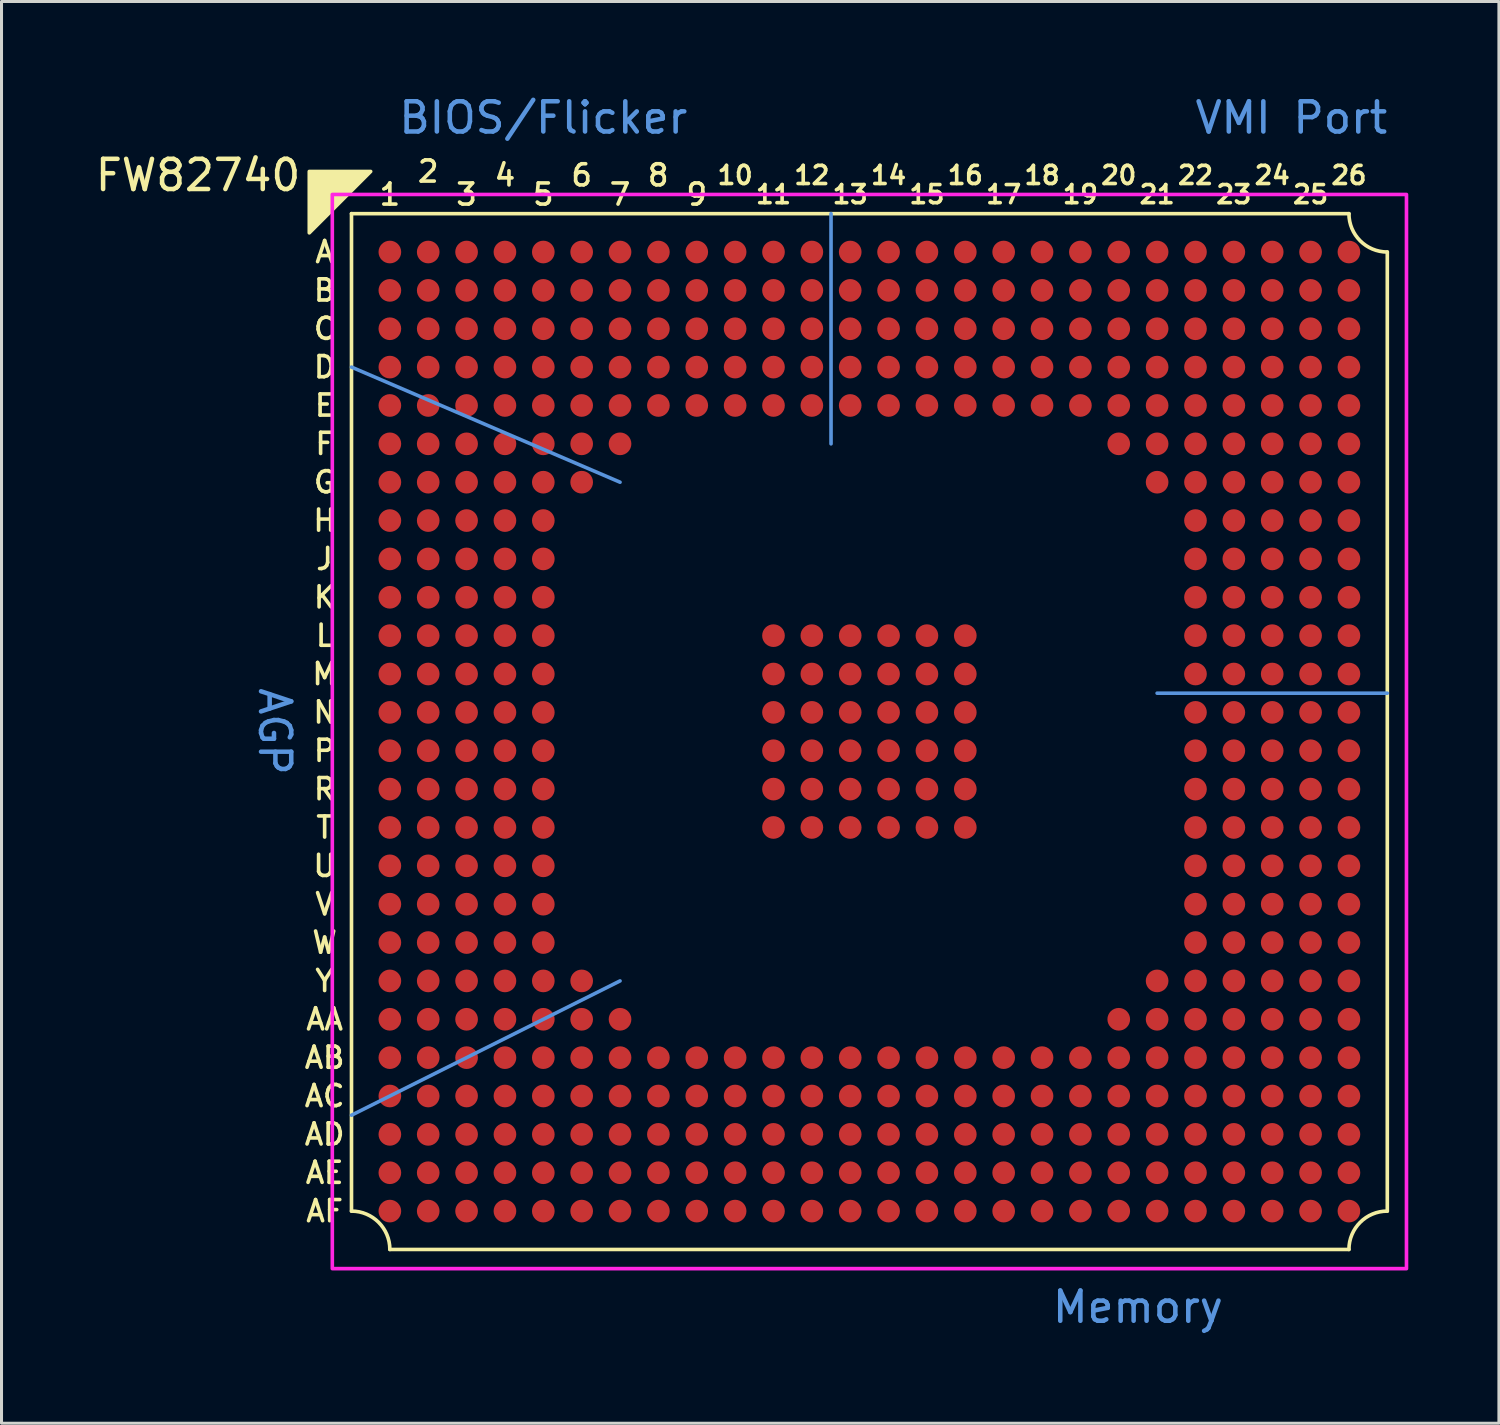
<source format=kicad_pcb>
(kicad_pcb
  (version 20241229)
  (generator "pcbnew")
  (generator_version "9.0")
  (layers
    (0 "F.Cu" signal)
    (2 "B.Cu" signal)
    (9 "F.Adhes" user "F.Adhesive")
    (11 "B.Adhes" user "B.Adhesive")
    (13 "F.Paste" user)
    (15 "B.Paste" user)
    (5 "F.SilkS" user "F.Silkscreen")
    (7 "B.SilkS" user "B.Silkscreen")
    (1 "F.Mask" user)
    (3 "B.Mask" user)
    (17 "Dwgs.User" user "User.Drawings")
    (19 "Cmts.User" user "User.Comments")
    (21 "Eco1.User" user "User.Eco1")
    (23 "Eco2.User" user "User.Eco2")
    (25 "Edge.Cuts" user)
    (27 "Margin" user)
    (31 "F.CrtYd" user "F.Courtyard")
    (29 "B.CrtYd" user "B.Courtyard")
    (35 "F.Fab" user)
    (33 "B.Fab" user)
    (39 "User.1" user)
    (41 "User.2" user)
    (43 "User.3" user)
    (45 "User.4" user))
  (footprint "FW82740"
    (layer "F.Cu")
    (at 9.856 5.293)
    (property "Reference" "FW82740" (at -6.35 -2.54 0) (unlocked yes) (layer "F.SilkS") (effects (font (size 1 1) (thickness 0.15))))
    (attr smd)
    (fp_circle (center 0 0) (end 0.3 0) (stroke (width 0) (type solid)) (fill yes) (layer "F.Mask"))
    (fp_circle (center 0 1.27) (end 0.3 1.27) (stroke (width 0) (type solid)) (fill yes) (layer "F.Mask"))
    (fp_circle (center 0 2.54) (end 0.3 2.54) (stroke (width 0) (type solid)) (fill yes) (layer "F.Mask"))
    (fp_circle (center 0 3.81) (end 0.3 3.81) (stroke (width 0) (type solid)) (fill yes) (layer "F.Mask"))
    (fp_circle (center 0 5.08) (end 0.3 5.08) (stroke (width 0) (type solid)) (fill yes) (layer "F.Mask"))
    (fp_circle (center 0 6.35) (end 0.3 6.35) (stroke (width 0) (type solid)) (fill yes) (layer "F.Mask"))
    (fp_circle (center 0 7.62) (end 0.3 7.62) (stroke (width 0) (type solid)) (fill yes) (layer "F.Mask"))
    (fp_circle (center 0 8.89) (end 0.3 8.89) (stroke (width 0) (type solid)) (fill yes) (layer "F.Mask"))
    (fp_circle (center 0 10.16) (end 0.3 10.16) (stroke (width 0) (type solid)) (fill yes) (layer "F.Mask"))
    (fp_circle (center 0 11.43) (end 0.3 11.43) (stroke (width 0) (type solid)) (fill yes) (layer "F.Mask"))
    (fp_circle (center 0 12.7) (end 0.3 12.7) (stroke (width 0) (type solid)) (fill yes) (layer "F.Mask"))
    (fp_circle (center 0 13.97) (end 0.3 13.97) (stroke (width 0) (type solid)) (fill yes) (layer "F.Mask"))
    (fp_circle (center 0 15.24) (end 0.3 15.24) (stroke (width 0) (type solid)) (fill yes) (layer "F.Mask"))
    (fp_circle (center 0 16.51) (end 0.3 16.51) (stroke (width 0) (type solid)) (fill yes) (layer "F.Mask"))
    (fp_circle (center 0 17.78) (end 0.3 17.78) (stroke (width 0) (type solid)) (fill yes) (layer "F.Mask"))
    (fp_circle (center 0 19.05) (end 0.3 19.05) (stroke (width 0) (type solid)) (fill yes) (layer "F.Mask"))
    (fp_circle (center 0 20.32) (end 0.3 20.32) (stroke (width 0) (type solid)) (fill yes) (layer "F.Mask"))
    (fp_circle (center 0 21.59) (end 0.3 21.59) (stroke (width 0) (type solid)) (fill yes) (layer "F.Mask"))
    (fp_circle (center 0 22.86) (end 0.3 22.86) (stroke (width 0) (type solid)) (fill yes) (layer "F.Mask"))
    (fp_circle (center 0 24.13) (end 0.3 24.13) (stroke (width 0) (type solid)) (fill yes) (layer "F.Mask"))
    (fp_circle (center 0 25.4) (end 0.3 25.4) (stroke (width 0) (type solid)) (fill yes) (layer "F.Mask"))
    (fp_circle (center 0 26.67) (end 0.3 26.67) (stroke (width 0) (type solid)) (fill yes) (layer "F.Mask"))
    (fp_circle (center 0 27.94) (end 0.3 27.94) (stroke (width 0) (type solid)) (fill yes) (layer "F.Mask"))
    (fp_circle (center 0 29.21) (end 0.3 29.21) (stroke (width 0) (type solid)) (fill yes) (layer "F.Mask"))
    (fp_circle (center 0 30.48) (end 0.3 30.48) (stroke (width 0) (type solid)) (fill yes) (layer "F.Mask"))
    (fp_circle (center 0 31.75) (end 0.3 31.75) (stroke (width 0) (type solid)) (fill yes) (layer "F.Mask"))
    (fp_circle (center 1.27 0) (end 1.57 0) (stroke (width 0) (type solid)) (fill yes) (layer "F.Mask"))
    (fp_circle (center 1.27 1.27) (end 1.57 1.27) (stroke (width 0) (type solid)) (fill yes) (layer "F.Mask"))
    (fp_circle (center 1.27 2.54) (end 1.57 2.54) (stroke (width 0) (type solid)) (fill yes) (layer "F.Mask"))
    (fp_circle (center 1.27 3.81) (end 1.57 3.81) (stroke (width 0) (type solid)) (fill yes) (layer "F.Mask"))
    (fp_circle (center 1.27 5.08) (end 1.57 5.08) (stroke (width 0) (type solid)) (fill yes) (layer "F.Mask"))
    (fp_circle (center 1.27 6.35) (end 1.57 6.35) (stroke (width 0) (type solid)) (fill yes) (layer "F.Mask"))
    (fp_circle (center 1.27 7.62) (end 1.57 7.62) (stroke (width 0) (type solid)) (fill yes) (layer "F.Mask"))
    (fp_circle (center 1.27 8.89) (end 1.57 8.89) (stroke (width 0) (type solid)) (fill yes) (layer "F.Mask"))
    (fp_circle (center 1.27 10.16) (end 1.57 10.16) (stroke (width 0) (type solid)) (fill yes) (layer "F.Mask"))
    (fp_circle (center 1.27 11.43) (end 1.57 11.43) (stroke (width 0) (type solid)) (fill yes) (layer "F.Mask"))
    (fp_circle (center 1.27 12.7) (end 1.57 12.7) (stroke (width 0) (type solid)) (fill yes) (layer "F.Mask"))
    (fp_circle (center 1.27 13.97) (end 1.57 13.97) (stroke (width 0) (type solid)) (fill yes) (layer "F.Mask"))
    (fp_circle (center 1.27 15.24) (end 1.57 15.24) (stroke (width 0) (type solid)) (fill yes) (layer "F.Mask"))
    (fp_circle (center 1.27 16.51) (end 1.57 16.51) (stroke (width 0) (type solid)) (fill yes) (layer "F.Mask"))
    (fp_circle (center 1.27 17.78) (end 1.57 17.78) (stroke (width 0) (type solid)) (fill yes) (layer "F.Mask"))
    (fp_circle (center 1.27 19.05) (end 1.57 19.05) (stroke (width 0) (type solid)) (fill yes) (layer "F.Mask"))
    (fp_circle (center 1.27 20.32) (end 1.57 20.32) (stroke (width 0) (type solid)) (fill yes) (layer "F.Mask"))
    (fp_circle (center 1.27 21.59) (end 1.57 21.59) (stroke (width 0) (type solid)) (fill yes) (layer "F.Mask"))
    (fp_circle (center 1.27 22.86) (end 1.57 22.86) (stroke (width 0) (type solid)) (fill yes) (layer "F.Mask"))
    (fp_circle (center 1.27 24.13) (end 1.57 24.13) (stroke (width 0) (type solid)) (fill yes) (layer "F.Mask"))
    (fp_circle (center 1.27 25.4) (end 1.57 25.4) (stroke (width 0) (type solid)) (fill yes) (layer "F.Mask"))
    (fp_circle (center 1.27 26.67) (end 1.57 26.67) (stroke (width 0) (type solid)) (fill yes) (layer "F.Mask"))
    (fp_circle (center 1.27 27.94) (end 1.57 27.94) (stroke (width 0) (type solid)) (fill yes) (layer "F.Mask"))
    (fp_circle (center 1.27 29.21) (end 1.57 29.21) (stroke (width 0) (type solid)) (fill yes) (layer "F.Mask"))
    (fp_circle (center 1.27 30.48) (end 1.57 30.48) (stroke (width 0) (type solid)) (fill yes) (layer "F.Mask"))
    (fp_circle (center 1.27 31.75) (end 1.57 31.75) (stroke (width 0) (type solid)) (fill yes) (layer "F.Mask"))
    (fp_circle (center 2.54 0) (end 2.84 0) (stroke (width 0) (type solid)) (fill yes) (layer "F.Mask"))
    (fp_circle (center 2.54 1.27) (end 2.84 1.27) (stroke (width 0) (type solid)) (fill yes) (layer "F.Mask"))
    (fp_circle (center 2.54 2.54) (end 2.84 2.54) (stroke (width 0) (type solid)) (fill yes) (layer "F.Mask"))
    (fp_circle (center 2.54 3.81) (end 2.84 3.81) (stroke (width 0) (type solid)) (fill yes) (layer "F.Mask"))
    (fp_circle (center 2.54 5.08) (end 2.84 5.08) (stroke (width 0) (type solid)) (fill yes) (layer "F.Mask"))
    (fp_circle (center 2.54 6.35) (end 2.84 6.35) (stroke (width 0) (type solid)) (fill yes) (layer "F.Mask"))
    (fp_circle (center 2.54 7.62) (end 2.84 7.62) (stroke (width 0) (type solid)) (fill yes) (layer "F.Mask"))
    (fp_circle (center 2.54 8.89) (end 2.84 8.89) (stroke (width 0) (type solid)) (fill yes) (layer "F.Mask"))
    (fp_circle (center 2.54 10.16) (end 2.84 10.16) (stroke (width 0) (type solid)) (fill yes) (layer "F.Mask"))
    (fp_circle (center 2.54 11.43) (end 2.84 11.43) (stroke (width 0) (type solid)) (fill yes) (layer "F.Mask"))
    (fp_circle (center 2.54 12.7) (end 2.84 12.7) (stroke (width 0) (type solid)) (fill yes) (layer "F.Mask"))
    (fp_circle (center 2.54 13.97) (end 2.84 13.97) (stroke (width 0) (type solid)) (fill yes) (layer "F.Mask"))
    (fp_circle (center 2.54 15.24) (end 2.84 15.24) (stroke (width 0) (type solid)) (fill yes) (layer "F.Mask"))
    (fp_circle (center 2.54 16.51) (end 2.84 16.51) (stroke (width 0) (type solid)) (fill yes) (layer "F.Mask"))
    (fp_circle (center 2.54 17.78) (end 2.84 17.78) (stroke (width 0) (type solid)) (fill yes) (layer "F.Mask"))
    (fp_circle (center 2.54 19.05) (end 2.84 19.05) (stroke (width 0) (type solid)) (fill yes) (layer "F.Mask"))
    (fp_circle (center 2.54 20.32) (end 2.84 20.32) (stroke (width 0) (type solid)) (fill yes) (layer "F.Mask"))
    (fp_circle (center 2.54 21.59) (end 2.84 21.59) (stroke (width 0) (type solid)) (fill yes) (layer "F.Mask"))
    (fp_circle (center 2.54 22.86) (end 2.84 22.86) (stroke (width 0) (type solid)) (fill yes) (layer "F.Mask"))
    (fp_circle (center 2.54 24.13) (end 2.84 24.13) (stroke (width 0) (type solid)) (fill yes) (layer "F.Mask"))
    (fp_circle (center 2.54 25.4) (end 2.84 25.4) (stroke (width 0) (type solid)) (fill yes) (layer "F.Mask"))
    (fp_circle (center 2.54 26.67) (end 2.84 26.67) (stroke (width 0) (type solid)) (fill yes) (layer "F.Mask"))
    (fp_circle (center 2.54 27.94) (end 2.84 27.94) (stroke (width 0) (type solid)) (fill yes) (layer "F.Mask"))
    (fp_circle (center 2.54 29.21) (end 2.84 29.21) (stroke (width 0) (type solid)) (fill yes) (layer "F.Mask"))
    (fp_circle (center 2.54 30.48) (end 2.84 30.48) (stroke (width 0) (type solid)) (fill yes) (layer "F.Mask"))
    (fp_circle (center 2.54 31.75) (end 2.84 31.75) (stroke (width 0) (type solid)) (fill yes) (layer "F.Mask"))
    (fp_circle (center 3.81 0) (end 4.11 0) (stroke (width 0) (type solid)) (fill yes) (layer "F.Mask"))
    (fp_circle (center 3.81 1.27) (end 4.11 1.27) (stroke (width 0) (type solid)) (fill yes) (layer "F.Mask"))
    (fp_circle (center 3.81 2.54) (end 4.11 2.54) (stroke (width 0) (type solid)) (fill yes) (layer "F.Mask"))
    (fp_circle (center 3.81 3.81) (end 4.11 3.81) (stroke (width 0) (type solid)) (fill yes) (layer "F.Mask"))
    (fp_circle (center 3.81 5.08) (end 4.11 5.08) (stroke (width 0) (type solid)) (fill yes) (layer "F.Mask"))
    (fp_circle (center 3.81 6.35) (end 4.11 6.35) (stroke (width 0) (type solid)) (fill yes) (layer "F.Mask"))
    (fp_circle (center 3.81 7.62) (end 4.11 7.62) (stroke (width 0) (type solid)) (fill yes) (layer "F.Mask"))
    (fp_circle (center 3.81 8.89) (end 4.11 8.89) (stroke (width 0) (type solid)) (fill yes) (layer "F.Mask"))
    (fp_circle (center 3.81 10.16) (end 4.11 10.16) (stroke (width 0) (type solid)) (fill yes) (layer "F.Mask"))
    (fp_circle (center 3.81 11.43) (end 4.11 11.43) (stroke (width 0) (type solid)) (fill yes) (layer "F.Mask"))
    (fp_circle (center 3.81 12.7) (end 4.11 12.7) (stroke (width 0) (type solid)) (fill yes) (layer "F.Mask"))
    (fp_circle (center 3.81 13.97) (end 4.11 13.97) (stroke (width 0) (type solid)) (fill yes) (layer "F.Mask"))
    (fp_circle (center 3.81 15.24) (end 4.11 15.24) (stroke (width 0) (type solid)) (fill yes) (layer "F.Mask"))
    (fp_circle (center 3.81 16.51) (end 4.11 16.51) (stroke (width 0) (type solid)) (fill yes) (layer "F.Mask"))
    (fp_circle (center 3.81 17.78) (end 4.11 17.78) (stroke (width 0) (type solid)) (fill yes) (layer "F.Mask"))
    (fp_circle (center 3.81 19.05) (end 4.11 19.05) (stroke (width 0) (type solid)) (fill yes) (layer "F.Mask"))
    (fp_circle (center 3.81 20.32) (end 4.11 20.32) (stroke (width 0) (type solid)) (fill yes) (layer "F.Mask"))
    (fp_circle (center 3.81 21.59) (end 4.11 21.59) (stroke (width 0) (type solid)) (fill yes) (layer "F.Mask"))
    (fp_circle (center 3.81 22.86) (end 4.11 22.86) (stroke (width 0) (type solid)) (fill yes) (layer "F.Mask"))
    (fp_circle (center 3.81 24.13) (end 4.11 24.13) (stroke (width 0) (type solid)) (fill yes) (layer "F.Mask"))
    (fp_circle (center 3.81 25.4) (end 4.11 25.4) (stroke (width 0) (type solid)) (fill yes) (layer "F.Mask"))
    (fp_circle (center 3.81 26.67) (end 4.11 26.67) (stroke (width 0) (type solid)) (fill yes) (layer "F.Mask"))
    (fp_circle (center 3.81 27.94) (end 4.11 27.94) (stroke (width 0) (type solid)) (fill yes) (layer "F.Mask"))
    (fp_circle (center 3.81 29.21) (end 4.11 29.21) (stroke (width 0) (type solid)) (fill yes) (layer "F.Mask"))
    (fp_circle (center 3.81 30.48) (end 4.11 30.48) (stroke (width 0) (type solid)) (fill yes) (layer "F.Mask"))
    (fp_circle (center 3.81 31.75) (end 4.11 31.75) (stroke (width 0) (type solid)) (fill yes) (layer "F.Mask"))
    (fp_circle (center 5.08 0) (end 5.38 0) (stroke (width 0) (type solid)) (fill yes) (layer "F.Mask"))
    (fp_circle (center 5.08 1.27) (end 5.38 1.27) (stroke (width 0) (type solid)) (fill yes) (layer "F.Mask"))
    (fp_circle (center 5.08 2.54) (end 5.38 2.54) (stroke (width 0) (type solid)) (fill yes) (layer "F.Mask"))
    (fp_circle (center 5.08 3.81) (end 5.38 3.81) (stroke (width 0) (type solid)) (fill yes) (layer "F.Mask"))
    (fp_circle (center 5.08 5.08) (end 5.38 5.08) (stroke (width 0) (type solid)) (fill yes) (layer "F.Mask"))
    (fp_circle (center 5.08 6.35) (end 5.38 6.35) (stroke (width 0) (type solid)) (fill yes) (layer "F.Mask"))
    (fp_circle (center 5.08 7.62) (end 5.38 7.62) (stroke (width 0) (type solid)) (fill yes) (layer "F.Mask"))
    (fp_circle (center 5.08 8.89) (end 5.38 8.89) (stroke (width 0) (type solid)) (fill yes) (layer "F.Mask"))
    (fp_circle (center 5.08 10.16) (end 5.38 10.16) (stroke (width 0) (type solid)) (fill yes) (layer "F.Mask"))
    (fp_circle (center 5.08 11.43) (end 5.38 11.43) (stroke (width 0) (type solid)) (fill yes) (layer "F.Mask"))
    (fp_circle (center 5.08 12.7) (end 5.38 12.7) (stroke (width 0) (type solid)) (fill yes) (layer "F.Mask"))
    (fp_circle (center 5.08 13.97) (end 5.38 13.97) (stroke (width 0) (type solid)) (fill yes) (layer "F.Mask"))
    (fp_circle (center 5.08 15.24) (end 5.38 15.24) (stroke (width 0) (type solid)) (fill yes) (layer "F.Mask"))
    (fp_circle (center 5.08 16.51) (end 5.38 16.51) (stroke (width 0) (type solid)) (fill yes) (layer "F.Mask"))
    (fp_circle (center 5.08 17.78) (end 5.38 17.78) (stroke (width 0) (type solid)) (fill yes) (layer "F.Mask"))
    (fp_circle (center 5.08 19.05) (end 5.38 19.05) (stroke (width 0) (type solid)) (fill yes) (layer "F.Mask"))
    (fp_circle (center 5.08 20.32) (end 5.38 20.32) (stroke (width 0) (type solid)) (fill yes) (layer "F.Mask"))
    (fp_circle (center 5.08 21.59) (end 5.38 21.59) (stroke (width 0) (type solid)) (fill yes) (layer "F.Mask"))
    (fp_circle (center 5.08 22.86) (end 5.38 22.86) (stroke (width 0) (type solid)) (fill yes) (layer "F.Mask"))
    (fp_circle (center 5.08 24.13) (end 5.38 24.13) (stroke (width 0) (type solid)) (fill yes) (layer "F.Mask"))
    (fp_circle (center 5.08 25.4) (end 5.38 25.4) (stroke (width 0) (type solid)) (fill yes) (layer "F.Mask"))
    (fp_circle (center 5.08 26.67) (end 5.38 26.67) (stroke (width 0) (type solid)) (fill yes) (layer "F.Mask"))
    (fp_circle (center 5.08 27.94) (end 5.38 27.94) (stroke (width 0) (type solid)) (fill yes) (layer "F.Mask"))
    (fp_circle (center 5.08 29.21) (end 5.38 29.21) (stroke (width 0) (type solid)) (fill yes) (layer "F.Mask"))
    (fp_circle (center 5.08 30.48) (end 5.38 30.48) (stroke (width 0) (type solid)) (fill yes) (layer "F.Mask"))
    (fp_circle (center 5.08 31.75) (end 5.38 31.75) (stroke (width 0) (type solid)) (fill yes) (layer "F.Mask"))
    (fp_circle (center 6.35 0) (end 6.65 0) (stroke (width 0) (type solid)) (fill yes) (layer "F.Mask"))
    (fp_circle (center 6.35 1.27) (end 6.65 1.27) (stroke (width 0) (type solid)) (fill yes) (layer "F.Mask"))
    (fp_circle (center 6.35 2.54) (end 6.65 2.54) (stroke (width 0) (type solid)) (fill yes) (layer "F.Mask"))
    (fp_circle (center 6.35 3.81) (end 6.65 3.81) (stroke (width 0) (type solid)) (fill yes) (layer "F.Mask"))
    (fp_circle (center 6.35 5.08) (end 6.65 5.08) (stroke (width 0) (type solid)) (fill yes) (layer "F.Mask"))
    (fp_circle (center 6.35 6.35) (end 6.65 6.35) (stroke (width 0) (type solid)) (fill yes) (layer "F.Mask"))
    (fp_circle (center 6.35 7.62) (end 6.65 7.62) (stroke (width 0) (type solid)) (fill yes) (layer "F.Mask"))
    (fp_circle (center 6.35 24.13) (end 6.65 24.13) (stroke (width 0) (type solid)) (fill yes) (layer "F.Mask"))
    (fp_circle (center 6.35 25.4) (end 6.65 25.4) (stroke (width 0) (type solid)) (fill yes) (layer "F.Mask"))
    (fp_circle (center 6.35 26.67) (end 6.65 26.67) (stroke (width 0) (type solid)) (fill yes) (layer "F.Mask"))
    (fp_circle (center 6.35 27.94) (end 6.65 27.94) (stroke (width 0) (type solid)) (fill yes) (layer "F.Mask"))
    (fp_circle (center 6.35 29.21) (end 6.65 29.21) (stroke (width 0) (type solid)) (fill yes) (layer "F.Mask"))
    (fp_circle (center 6.35 30.48) (end 6.65 30.48) (stroke (width 0) (type solid)) (fill yes) (layer "F.Mask"))
    (fp_circle (center 6.35 31.75) (end 6.65 31.75) (stroke (width 0) (type solid)) (fill yes) (layer "F.Mask"))
    (fp_circle (center 7.62 0) (end 7.92 0) (stroke (width 0) (type solid)) (fill yes) (layer "F.Mask"))
    (fp_circle (center 7.62 1.27) (end 7.92 1.27) (stroke (width 0) (type solid)) (fill yes) (layer "F.Mask"))
    (fp_circle (center 7.62 2.54) (end 7.92 2.54) (stroke (width 0) (type solid)) (fill yes) (layer "F.Mask"))
    (fp_circle (center 7.62 3.81) (end 7.92 3.81) (stroke (width 0) (type solid)) (fill yes) (layer "F.Mask"))
    (fp_circle (center 7.62 5.08) (end 7.92 5.08) (stroke (width 0) (type solid)) (fill yes) (layer "F.Mask"))
    (fp_circle (center 7.62 6.35) (end 7.92 6.35) (stroke (width 0) (type solid)) (fill yes) (layer "F.Mask"))
    (fp_circle (center 7.62 25.4) (end 7.92 25.4) (stroke (width 0) (type solid)) (fill yes) (layer "F.Mask"))
    (fp_circle (center 7.62 26.67) (end 7.92 26.67) (stroke (width 0) (type solid)) (fill yes) (layer "F.Mask"))
    (fp_circle (center 7.62 27.94) (end 7.92 27.94) (stroke (width 0) (type solid)) (fill yes) (layer "F.Mask"))
    (fp_circle (center 7.62 29.21) (end 7.92 29.21) (stroke (width 0) (type solid)) (fill yes) (layer "F.Mask"))
    (fp_circle (center 7.62 30.48) (end 7.92 30.48) (stroke (width 0) (type solid)) (fill yes) (layer "F.Mask"))
    (fp_circle (center 7.62 31.75) (end 7.92 31.75) (stroke (width 0) (type solid)) (fill yes) (layer "F.Mask"))
    (fp_circle (center 8.89 0) (end 9.19 0) (stroke (width 0) (type solid)) (fill yes) (layer "F.Mask"))
    (fp_circle (center 8.89 1.27) (end 9.19 1.27) (stroke (width 0) (type solid)) (fill yes) (layer "F.Mask"))
    (fp_circle (center 8.89 2.54) (end 9.19 2.54) (stroke (width 0) (type solid)) (fill yes) (layer "F.Mask"))
    (fp_circle (center 8.89 3.81) (end 9.19 3.81) (stroke (width 0) (type solid)) (fill yes) (layer "F.Mask"))
    (fp_circle (center 8.89 5.08) (end 9.19 5.08) (stroke (width 0) (type solid)) (fill yes) (layer "F.Mask"))
    (fp_circle (center 8.89 26.67) (end 9.19 26.67) (stroke (width 0) (type solid)) (fill yes) (layer "F.Mask"))
    (fp_circle (center 8.89 27.94) (end 9.19 27.94) (stroke (width 0) (type solid)) (fill yes) (layer "F.Mask"))
    (fp_circle (center 8.89 29.21) (end 9.19 29.21) (stroke (width 0) (type solid)) (fill yes) (layer "F.Mask"))
    (fp_circle (center 8.89 30.48) (end 9.19 30.48) (stroke (width 0) (type solid)) (fill yes) (layer "F.Mask"))
    (fp_circle (center 8.89 31.75) (end 9.19 31.75) (stroke (width 0) (type solid)) (fill yes) (layer "F.Mask"))
    (fp_circle (center 10.16 0) (end 10.46 0) (stroke (width 0) (type solid)) (fill yes) (layer "F.Mask"))
    (fp_circle (center 10.16 1.27) (end 10.46 1.27) (stroke (width 0) (type solid)) (fill yes) (layer "F.Mask"))
    (fp_circle (center 10.16 2.54) (end 10.46 2.54) (stroke (width 0) (type solid)) (fill yes) (layer "F.Mask"))
    (fp_circle (center 10.16 3.81) (end 10.46 3.81) (stroke (width 0) (type solid)) (fill yes) (layer "F.Mask"))
    (fp_circle (center 10.16 5.08) (end 10.46 5.08) (stroke (width 0) (type solid)) (fill yes) (layer "F.Mask"))
    (fp_circle (center 10.16 26.67) (end 10.46 26.67) (stroke (width 0) (type solid)) (fill yes) (layer "F.Mask"))
    (fp_circle (center 10.16 27.94) (end 10.46 27.94) (stroke (width 0) (type solid)) (fill yes) (layer "F.Mask"))
    (fp_circle (center 10.16 29.21) (end 10.46 29.21) (stroke (width 0) (type solid)) (fill yes) (layer "F.Mask"))
    (fp_circle (center 10.16 30.48) (end 10.46 30.48) (stroke (width 0) (type solid)) (fill yes) (layer "F.Mask"))
    (fp_circle (center 10.16 31.75) (end 10.46 31.75) (stroke (width 0) (type solid)) (fill yes) (layer "F.Mask"))
    (fp_circle (center 11.43 0) (end 11.73 0) (stroke (width 0) (type solid)) (fill yes) (layer "F.Mask"))
    (fp_circle (center 11.43 1.27) (end 11.73 1.27) (stroke (width 0) (type solid)) (fill yes) (layer "F.Mask"))
    (fp_circle (center 11.43 2.54) (end 11.73 2.54) (stroke (width 0) (type solid)) (fill yes) (layer "F.Mask"))
    (fp_circle (center 11.43 3.81) (end 11.73 3.81) (stroke (width 0) (type solid)) (fill yes) (layer "F.Mask"))
    (fp_circle (center 11.43 5.08) (end 11.73 5.08) (stroke (width 0) (type solid)) (fill yes) (layer "F.Mask"))
    (fp_circle (center 11.43 26.67) (end 11.73 26.67) (stroke (width 0) (type solid)) (fill yes) (layer "F.Mask"))
    (fp_circle (center 11.43 27.94) (end 11.73 27.94) (stroke (width 0) (type solid)) (fill yes) (layer "F.Mask"))
    (fp_circle (center 11.43 29.21) (end 11.73 29.21) (stroke (width 0) (type solid)) (fill yes) (layer "F.Mask"))
    (fp_circle (center 11.43 30.48) (end 11.73 30.48) (stroke (width 0) (type solid)) (fill yes) (layer "F.Mask"))
    (fp_circle (center 11.43 31.75) (end 11.73 31.75) (stroke (width 0) (type solid)) (fill yes) (layer "F.Mask"))
    (fp_circle (center 12.7 0) (end 13 0) (stroke (width 0) (type solid)) (fill yes) (layer "F.Mask"))
    (fp_circle (center 12.7 1.27) (end 13 1.27) (stroke (width 0) (type solid)) (fill yes) (layer "F.Mask"))
    (fp_circle (center 12.7 2.54) (end 13 2.54) (stroke (width 0) (type solid)) (fill yes) (layer "F.Mask"))
    (fp_circle (center 12.7 3.81) (end 13 3.81) (stroke (width 0) (type solid)) (fill yes) (layer "F.Mask"))
    (fp_circle (center 12.7 5.08) (end 13 5.08) (stroke (width 0) (type solid)) (fill yes) (layer "F.Mask"))
    (fp_circle (center 12.7 12.7) (end 13 12.7) (stroke (width 0) (type solid)) (fill yes) (layer "F.Mask"))
    (fp_circle (center 12.7 13.97) (end 13 13.97) (stroke (width 0) (type solid)) (fill yes) (layer "F.Mask"))
    (fp_circle (center 12.7 15.24) (end 13 15.24) (stroke (width 0) (type solid)) (fill yes) (layer "F.Mask"))
    (fp_circle (center 12.7 16.51) (end 13 16.51) (stroke (width 0) (type solid)) (fill yes) (layer "F.Mask"))
    (fp_circle (center 12.7 17.78) (end 13 17.78) (stroke (width 0) (type solid)) (fill yes) (layer "F.Mask"))
    (fp_circle (center 12.7 19.05) (end 13 19.05) (stroke (width 0) (type solid)) (fill yes) (layer "F.Mask"))
    (fp_circle (center 12.7 26.67) (end 13 26.67) (stroke (width 0) (type solid)) (fill yes) (layer "F.Mask"))
    (fp_circle (center 12.7 27.94) (end 13 27.94) (stroke (width 0) (type solid)) (fill yes) (layer "F.Mask"))
    (fp_circle (center 12.7 29.21) (end 13 29.21) (stroke (width 0) (type solid)) (fill yes) (layer "F.Mask"))
    (fp_circle (center 12.7 30.48) (end 13 30.48) (stroke (width 0) (type solid)) (fill yes) (layer "F.Mask"))
    (fp_circle (center 12.7 31.75) (end 13 31.75) (stroke (width 0) (type solid)) (fill yes) (layer "F.Mask"))
    (fp_circle (center 13.97 0) (end 14.27 0) (stroke (width 0) (type solid)) (fill yes) (layer "F.Mask"))
    (fp_circle (center 13.97 1.27) (end 14.27 1.27) (stroke (width 0) (type solid)) (fill yes) (layer "F.Mask"))
    (fp_circle (center 13.97 2.54) (end 14.27 2.54) (stroke (width 0) (type solid)) (fill yes) (layer "F.Mask"))
    (fp_circle (center 13.97 3.81) (end 14.27 3.81) (stroke (width 0) (type solid)) (fill yes) (layer "F.Mask"))
    (fp_circle (center 13.97 5.08) (end 14.27 5.08) (stroke (width 0) (type solid)) (fill yes) (layer "F.Mask"))
    (fp_circle (center 13.97 12.7) (end 14.27 12.7) (stroke (width 0) (type solid)) (fill yes) (layer "F.Mask"))
    (fp_circle (center 13.97 13.97) (end 14.27 13.97) (stroke (width 0) (type solid)) (fill yes) (layer "F.Mask"))
    (fp_circle (center 13.97 15.24) (end 14.27 15.24) (stroke (width 0) (type solid)) (fill yes) (layer "F.Mask"))
    (fp_circle (center 13.97 16.51) (end 14.27 16.51) (stroke (width 0) (type solid)) (fill yes) (layer "F.Mask"))
    (fp_circle (center 13.97 17.78) (end 14.27 17.78) (stroke (width 0) (type solid)) (fill yes) (layer "F.Mask"))
    (fp_circle (center 13.97 19.05) (end 14.27 19.05) (stroke (width 0) (type solid)) (fill yes) (layer "F.Mask"))
    (fp_circle (center 13.97 26.67) (end 14.27 26.67) (stroke (width 0) (type solid)) (fill yes) (layer "F.Mask"))
    (fp_circle (center 13.97 27.94) (end 14.27 27.94) (stroke (width 0) (type solid)) (fill yes) (layer "F.Mask"))
    (fp_circle (center 13.97 29.21) (end 14.27 29.21) (stroke (width 0) (type solid)) (fill yes) (layer "F.Mask"))
    (fp_circle (center 13.97 30.48) (end 14.27 30.48) (stroke (width 0) (type solid)) (fill yes) (layer "F.Mask"))
    (fp_circle (center 13.97 31.75) (end 14.27 31.75) (stroke (width 0) (type solid)) (fill yes) (layer "F.Mask"))
    (fp_circle (center 15.24 0) (end 15.54 0) (stroke (width 0) (type solid)) (fill yes) (layer "F.Mask"))
    (fp_circle (center 15.24 1.27) (end 15.54 1.27) (stroke (width 0) (type solid)) (fill yes) (layer "F.Mask"))
    (fp_circle (center 15.24 2.54) (end 15.54 2.54) (stroke (width 0) (type solid)) (fill yes) (layer "F.Mask"))
    (fp_circle (center 15.24 3.81) (end 15.54 3.81) (stroke (width 0) (type solid)) (fill yes) (layer "F.Mask"))
    (fp_circle (center 15.24 5.08) (end 15.54 5.08) (stroke (width 0) (type solid)) (fill yes) (layer "F.Mask"))
    (fp_circle (center 15.24 12.7) (end 15.54 12.7) (stroke (width 0) (type solid)) (fill yes) (layer "F.Mask"))
    (fp_circle (center 15.24 13.97) (end 15.54 13.97) (stroke (width 0) (type solid)) (fill yes) (layer "F.Mask"))
    (fp_circle (center 15.24 15.24) (end 15.54 15.24) (stroke (width 0) (type solid)) (fill yes) (layer "F.Mask"))
    (fp_circle (center 15.24 16.51) (end 15.54 16.51) (stroke (width 0) (type solid)) (fill yes) (layer "F.Mask"))
    (fp_circle (center 15.24 17.78) (end 15.54 17.78) (stroke (width 0) (type solid)) (fill yes) (layer "F.Mask"))
    (fp_circle (center 15.24 19.05) (end 15.54 19.05) (stroke (width 0) (type solid)) (fill yes) (layer "F.Mask"))
    (fp_circle (center 15.24 26.67) (end 15.54 26.67) (stroke (width 0) (type solid)) (fill yes) (layer "F.Mask"))
    (fp_circle (center 15.24 27.94) (end 15.54 27.94) (stroke (width 0) (type solid)) (fill yes) (layer "F.Mask"))
    (fp_circle (center 15.24 29.21) (end 15.54 29.21) (stroke (width 0) (type solid)) (fill yes) (layer "F.Mask"))
    (fp_circle (center 15.24 30.48) (end 15.54 30.48) (stroke (width 0) (type solid)) (fill yes) (layer "F.Mask"))
    (fp_circle (center 15.24 31.75) (end 15.54 31.75) (stroke (width 0) (type solid)) (fill yes) (layer "F.Mask"))
    (fp_circle (center 16.51 0) (end 16.81 0) (stroke (width 0) (type solid)) (fill yes) (layer "F.Mask"))
    (fp_circle (center 16.51 1.27) (end 16.81 1.27) (stroke (width 0) (type solid)) (fill yes) (layer "F.Mask"))
    (fp_circle (center 16.51 2.54) (end 16.81 2.54) (stroke (width 0) (type solid)) (fill yes) (layer "F.Mask"))
    (fp_circle (center 16.51 3.81) (end 16.81 3.81) (stroke (width 0) (type solid)) (fill yes) (layer "F.Mask"))
    (fp_circle (center 16.51 5.08) (end 16.81 5.08) (stroke (width 0) (type solid)) (fill yes) (layer "F.Mask"))
    (fp_circle (center 16.51 12.7) (end 16.81 12.7) (stroke (width 0) (type solid)) (fill yes) (layer "F.Mask"))
    (fp_circle (center 16.51 13.97) (end 16.81 13.97) (stroke (width 0) (type solid)) (fill yes) (layer "F.Mask"))
    (fp_circle (center 16.51 15.24) (end 16.81 15.24) (stroke (width 0) (type solid)) (fill yes) (layer "F.Mask"))
    (fp_circle (center 16.51 16.51) (end 16.81 16.51) (stroke (width 0) (type solid)) (fill yes) (layer "F.Mask"))
    (fp_circle (center 16.51 17.78) (end 16.81 17.78) (stroke (width 0) (type solid)) (fill yes) (layer "F.Mask"))
    (fp_circle (center 16.51 19.05) (end 16.81 19.05) (stroke (width 0) (type solid)) (fill yes) (layer "F.Mask"))
    (fp_circle (center 16.51 26.67) (end 16.81 26.67) (stroke (width 0) (type solid)) (fill yes) (layer "F.Mask"))
    (fp_circle (center 16.51 27.94) (end 16.81 27.94) (stroke (width 0) (type solid)) (fill yes) (layer "F.Mask"))
    (fp_circle (center 16.51 29.21) (end 16.81 29.21) (stroke (width 0) (type solid)) (fill yes) (layer "F.Mask"))
    (fp_circle (center 16.51 30.48) (end 16.81 30.48) (stroke (width 0) (type solid)) (fill yes) (layer "F.Mask"))
    (fp_circle (center 16.51 31.75) (end 16.81 31.75) (stroke (width 0) (type solid)) (fill yes) (layer "F.Mask"))
    (fp_circle (center 17.78 0) (end 18.08 0) (stroke (width 0) (type solid)) (fill yes) (layer "F.Mask"))
    (fp_circle (center 17.78 1.27) (end 18.08 1.27) (stroke (width 0) (type solid)) (fill yes) (layer "F.Mask"))
    (fp_circle (center 17.78 2.54) (end 18.08 2.54) (stroke (width 0) (type solid)) (fill yes) (layer "F.Mask"))
    (fp_circle (center 17.78 3.81) (end 18.08 3.81) (stroke (width 0) (type solid)) (fill yes) (layer "F.Mask"))
    (fp_circle (center 17.78 5.08) (end 18.08 5.08) (stroke (width 0) (type solid)) (fill yes) (layer "F.Mask"))
    (fp_circle (center 17.78 12.7) (end 18.08 12.7) (stroke (width 0) (type solid)) (fill yes) (layer "F.Mask"))
    (fp_circle (center 17.78 13.97) (end 18.08 13.97) (stroke (width 0) (type solid)) (fill yes) (layer "F.Mask"))
    (fp_circle (center 17.78 15.24) (end 18.08 15.24) (stroke (width 0) (type solid)) (fill yes) (layer "F.Mask"))
    (fp_circle (center 17.78 16.51) (end 18.08 16.51) (stroke (width 0) (type solid)) (fill yes) (layer "F.Mask"))
    (fp_circle (center 17.78 17.78) (end 18.08 17.78) (stroke (width 0) (type solid)) (fill yes) (layer "F.Mask"))
    (fp_circle (center 17.78 19.05) (end 18.08 19.05) (stroke (width 0) (type solid)) (fill yes) (layer "F.Mask"))
    (fp_circle (center 17.78 26.67) (end 18.08 26.67) (stroke (width 0) (type solid)) (fill yes) (layer "F.Mask"))
    (fp_circle (center 17.78 27.94) (end 18.08 27.94) (stroke (width 0) (type solid)) (fill yes) (layer "F.Mask"))
    (fp_circle (center 17.78 29.21) (end 18.08 29.21) (stroke (width 0) (type solid)) (fill yes) (layer "F.Mask"))
    (fp_circle (center 17.78 30.48) (end 18.08 30.48) (stroke (width 0) (type solid)) (fill yes) (layer "F.Mask"))
    (fp_circle (center 17.78 31.75) (end 18.08 31.75) (stroke (width 0) (type solid)) (fill yes) (layer "F.Mask"))
    (fp_circle (center 19.05 0) (end 19.35 0) (stroke (width 0) (type solid)) (fill yes) (layer "F.Mask"))
    (fp_circle (center 19.05 1.27) (end 19.35 1.27) (stroke (width 0) (type solid)) (fill yes) (layer "F.Mask"))
    (fp_circle (center 19.05 2.54) (end 19.35 2.54) (stroke (width 0) (type solid)) (fill yes) (layer "F.Mask"))
    (fp_circle (center 19.05 3.81) (end 19.35 3.81) (stroke (width 0) (type solid)) (fill yes) (layer "F.Mask"))
    (fp_circle (center 19.05 5.08) (end 19.35 5.08) (stroke (width 0) (type solid)) (fill yes) (layer "F.Mask"))
    (fp_circle (center 19.05 12.7) (end 19.35 12.7) (stroke (width 0) (type solid)) (fill yes) (layer "F.Mask"))
    (fp_circle (center 19.05 13.97) (end 19.35 13.97) (stroke (width 0) (type solid)) (fill yes) (layer "F.Mask"))
    (fp_circle (center 19.05 15.24) (end 19.35 15.24) (stroke (width 0) (type solid)) (fill yes) (layer "F.Mask"))
    (fp_circle (center 19.05 16.51) (end 19.35 16.51) (stroke (width 0) (type solid)) (fill yes) (layer "F.Mask"))
    (fp_circle (center 19.05 17.78) (end 19.35 17.78) (stroke (width 0) (type solid)) (fill yes) (layer "F.Mask"))
    (fp_circle (center 19.05 19.05) (end 19.35 19.05) (stroke (width 0) (type solid)) (fill yes) (layer "F.Mask"))
    (fp_circle (center 19.05 26.67) (end 19.35 26.67) (stroke (width 0) (type solid)) (fill yes) (layer "F.Mask"))
    (fp_circle (center 19.05 27.94) (end 19.35 27.94) (stroke (width 0) (type solid)) (fill yes) (layer "F.Mask"))
    (fp_circle (center 19.05 29.21) (end 19.35 29.21) (stroke (width 0) (type solid)) (fill yes) (layer "F.Mask"))
    (fp_circle (center 19.05 30.48) (end 19.35 30.48) (stroke (width 0) (type solid)) (fill yes) (layer "F.Mask"))
    (fp_circle (center 19.05 31.75) (end 19.35 31.75) (stroke (width 0) (type solid)) (fill yes) (layer "F.Mask"))
    (fp_circle (center 20.32 0) (end 20.62 0) (stroke (width 0) (type solid)) (fill yes) (layer "F.Mask"))
    (fp_circle (center 20.32 1.27) (end 20.62 1.27) (stroke (width 0) (type solid)) (fill yes) (layer "F.Mask"))
    (fp_circle (center 20.32 2.54) (end 20.62 2.54) (stroke (width 0) (type solid)) (fill yes) (layer "F.Mask"))
    (fp_circle (center 20.32 3.81) (end 20.62 3.81) (stroke (width 0) (type solid)) (fill yes) (layer "F.Mask"))
    (fp_circle (center 20.32 5.08) (end 20.62 5.08) (stroke (width 0) (type solid)) (fill yes) (layer "F.Mask"))
    (fp_circle (center 20.32 26.67) (end 20.62 26.67) (stroke (width 0) (type solid)) (fill yes) (layer "F.Mask"))
    (fp_circle (center 20.32 27.94) (end 20.62 27.94) (stroke (width 0) (type solid)) (fill yes) (layer "F.Mask"))
    (fp_circle (center 20.32 29.21) (end 20.62 29.21) (stroke (width 0) (type solid)) (fill yes) (layer "F.Mask"))
    (fp_circle (center 20.32 30.48) (end 20.62 30.48) (stroke (width 0) (type solid)) (fill yes) (layer "F.Mask"))
    (fp_circle (center 20.32 31.75) (end 20.62 31.75) (stroke (width 0) (type solid)) (fill yes) (layer "F.Mask"))
    (fp_circle (center 21.59 0) (end 21.89 0) (stroke (width 0) (type solid)) (fill yes) (layer "F.Mask"))
    (fp_circle (center 21.59 1.27) (end 21.89 1.27) (stroke (width 0) (type solid)) (fill yes) (layer "F.Mask"))
    (fp_circle (center 21.59 2.54) (end 21.89 2.54) (stroke (width 0) (type solid)) (fill yes) (layer "F.Mask"))
    (fp_circle (center 21.59 3.81) (end 21.89 3.81) (stroke (width 0) (type solid)) (fill yes) (layer "F.Mask"))
    (fp_circle (center 21.59 5.08) (end 21.89 5.08) (stroke (width 0) (type solid)) (fill yes) (layer "F.Mask"))
    (fp_circle (center 21.59 26.67) (end 21.89 26.67) (stroke (width 0) (type solid)) (fill yes) (layer "F.Mask"))
    (fp_circle (center 21.59 27.94) (end 21.89 27.94) (stroke (width 0) (type solid)) (fill yes) (layer "F.Mask"))
    (fp_circle (center 21.59 29.21) (end 21.89 29.21) (stroke (width 0) (type solid)) (fill yes) (layer "F.Mask"))
    (fp_circle (center 21.59 30.48) (end 21.89 30.48) (stroke (width 0) (type solid)) (fill yes) (layer "F.Mask"))
    (fp_circle (center 21.59 31.75) (end 21.89 31.75) (stroke (width 0) (type solid)) (fill yes) (layer "F.Mask"))
    (fp_circle (center 22.86 0) (end 23.16 0) (stroke (width 0) (type solid)) (fill yes) (layer "F.Mask"))
    (fp_circle (center 22.86 1.27) (end 23.16 1.27) (stroke (width 0) (type solid)) (fill yes) (layer "F.Mask"))
    (fp_circle (center 22.86 2.54) (end 23.16 2.54) (stroke (width 0) (type solid)) (fill yes) (layer "F.Mask"))
    (fp_circle (center 22.86 3.81) (end 23.16 3.81) (stroke (width 0) (type solid)) (fill yes) (layer "F.Mask"))
    (fp_circle (center 22.86 5.08) (end 23.16 5.08) (stroke (width 0) (type solid)) (fill yes) (layer "F.Mask"))
    (fp_circle (center 22.86 26.67) (end 23.16 26.67) (stroke (width 0) (type solid)) (fill yes) (layer "F.Mask"))
    (fp_circle (center 22.86 27.94) (end 23.16 27.94) (stroke (width 0) (type solid)) (fill yes) (layer "F.Mask"))
    (fp_circle (center 22.86 29.21) (end 23.16 29.21) (stroke (width 0) (type solid)) (fill yes) (layer "F.Mask"))
    (fp_circle (center 22.86 30.48) (end 23.16 30.48) (stroke (width 0) (type solid)) (fill yes) (layer "F.Mask"))
    (fp_circle (center 22.86 31.75) (end 23.16 31.75) (stroke (width 0) (type solid)) (fill yes) (layer "F.Mask"))
    (fp_circle (center 24.13 0) (end 24.43 0) (stroke (width 0) (type solid)) (fill yes) (layer "F.Mask"))
    (fp_circle (center 24.13 1.27) (end 24.43 1.27) (stroke (width 0) (type solid)) (fill yes) (layer "F.Mask"))
    (fp_circle (center 24.13 2.54) (end 24.43 2.54) (stroke (width 0) (type solid)) (fill yes) (layer "F.Mask"))
    (fp_circle (center 24.13 3.81) (end 24.43 3.81) (stroke (width 0) (type solid)) (fill yes) (layer "F.Mask"))
    (fp_circle (center 24.13 5.08) (end 24.43 5.08) (stroke (width 0) (type solid)) (fill yes) (layer "F.Mask"))
    (fp_circle (center 24.13 6.35) (end 24.43 6.35) (stroke (width 0) (type solid)) (fill yes) (layer "F.Mask"))
    (fp_circle (center 24.13 25.4) (end 24.43 25.4) (stroke (width 0) (type solid)) (fill yes) (layer "F.Mask"))
    (fp_circle (center 24.13 26.67) (end 24.43 26.67) (stroke (width 0) (type solid)) (fill yes) (layer "F.Mask"))
    (fp_circle (center 24.13 27.94) (end 24.43 27.94) (stroke (width 0) (type solid)) (fill yes) (layer "F.Mask"))
    (fp_circle (center 24.13 29.21) (end 24.43 29.21) (stroke (width 0) (type solid)) (fill yes) (layer "F.Mask"))
    (fp_circle (center 24.13 30.48) (end 24.43 30.48) (stroke (width 0) (type solid)) (fill yes) (layer "F.Mask"))
    (fp_circle (center 24.13 31.75) (end 24.43 31.75) (stroke (width 0) (type solid)) (fill yes) (layer "F.Mask"))
    (fp_circle (center 25.4 0) (end 25.7 0) (stroke (width 0) (type solid)) (fill yes) (layer "F.Mask"))
    (fp_circle (center 25.4 1.27) (end 25.7 1.27) (stroke (width 0) (type solid)) (fill yes) (layer "F.Mask"))
    (fp_circle (center 25.4 2.54) (end 25.7 2.54) (stroke (width 0) (type solid)) (fill yes) (layer "F.Mask"))
    (fp_circle (center 25.4 3.81) (end 25.7 3.81) (stroke (width 0) (type solid)) (fill yes) (layer "F.Mask"))
    (fp_circle (center 25.4 5.08) (end 25.7 5.08) (stroke (width 0) (type solid)) (fill yes) (layer "F.Mask"))
    (fp_circle (center 25.4 6.35) (end 25.7 6.35) (stroke (width 0) (type solid)) (fill yes) (layer "F.Mask"))
    (fp_circle (center 25.4 7.62) (end 25.7 7.62) (stroke (width 0) (type solid)) (fill yes) (layer "F.Mask"))
    (fp_circle (center 25.4 24.13) (end 25.7 24.13) (stroke (width 0) (type solid)) (fill yes) (layer "F.Mask"))
    (fp_circle (center 25.4 25.4) (end 25.7 25.4) (stroke (width 0) (type solid)) (fill yes) (layer "F.Mask"))
    (fp_circle (center 25.4 26.67) (end 25.7 26.67) (stroke (width 0) (type solid)) (fill yes) (layer "F.Mask"))
    (fp_circle (center 25.4 27.94) (end 25.7 27.94) (stroke (width 0) (type solid)) (fill yes) (layer "F.Mask"))
    (fp_circle (center 25.4 29.21) (end 25.7 29.21) (stroke (width 0) (type solid)) (fill yes) (layer "F.Mask"))
    (fp_circle (center 25.4 30.48) (end 25.7 30.48) (stroke (width 0) (type solid)) (fill yes) (layer "F.Mask"))
    (fp_circle (center 25.4 31.75) (end 25.7 31.75) (stroke (width 0) (type solid)) (fill yes) (layer "F.Mask"))
    (fp_circle (center 26.67 0) (end 26.97 0) (stroke (width 0) (type solid)) (fill yes) (layer "F.Mask"))
    (fp_circle (center 26.67 1.27) (end 26.97 1.27) (stroke (width 0) (type solid)) (fill yes) (layer "F.Mask"))
    (fp_circle (center 26.67 2.54) (end 26.97 2.54) (stroke (width 0) (type solid)) (fill yes) (layer "F.Mask"))
    (fp_circle (center 26.67 3.81) (end 26.97 3.81) (stroke (width 0) (type solid)) (fill yes) (layer "F.Mask"))
    (fp_circle (center 26.67 5.08) (end 26.97 5.08) (stroke (width 0) (type solid)) (fill yes) (layer "F.Mask"))
    (fp_circle (center 26.67 6.35) (end 26.97 6.35) (stroke (width 0) (type solid)) (fill yes) (layer "F.Mask"))
    (fp_circle (center 26.67 7.62) (end 26.97 7.62) (stroke (width 0) (type solid)) (fill yes) (layer "F.Mask"))
    (fp_circle (center 26.67 8.89) (end 26.97 8.89) (stroke (width 0) (type solid)) (fill yes) (layer "F.Mask"))
    (fp_circle (center 26.67 10.16) (end 26.97 10.16) (stroke (width 0) (type solid)) (fill yes) (layer "F.Mask"))
    (fp_circle (center 26.67 11.43) (end 26.97 11.43) (stroke (width 0) (type solid)) (fill yes) (layer "F.Mask"))
    (fp_circle (center 26.67 12.7) (end 26.97 12.7) (stroke (width 0) (type solid)) (fill yes) (layer "F.Mask"))
    (fp_circle (center 26.67 13.97) (end 26.97 13.97) (stroke (width 0) (type solid)) (fill yes) (layer "F.Mask"))
    (fp_circle (center 26.67 15.24) (end 26.97 15.24) (stroke (width 0) (type solid)) (fill yes) (layer "F.Mask"))
    (fp_circle (center 26.67 16.51) (end 26.97 16.51) (stroke (width 0) (type solid)) (fill yes) (layer "F.Mask"))
    (fp_circle (center 26.67 17.78) (end 26.97 17.78) (stroke (width 0) (type solid)) (fill yes) (layer "F.Mask"))
    (fp_circle (center 26.67 19.05) (end 26.97 19.05) (stroke (width 0) (type solid)) (fill yes) (layer "F.Mask"))
    (fp_circle (center 26.67 20.32) (end 26.97 20.32) (stroke (width 0) (type solid)) (fill yes) (layer "F.Mask"))
    (fp_circle (center 26.67 21.59) (end 26.97 21.59) (stroke (width 0) (type solid)) (fill yes) (layer "F.Mask"))
    (fp_circle (center 26.67 22.86) (end 26.97 22.86) (stroke (width 0) (type solid)) (fill yes) (layer "F.Mask"))
    (fp_circle (center 26.67 24.13) (end 26.97 24.13) (stroke (width 0) (type solid)) (fill yes) (layer "F.Mask"))
    (fp_circle (center 26.67 25.4) (end 26.97 25.4) (stroke (width 0) (type solid)) (fill yes) (layer "F.Mask"))
    (fp_circle (center 26.67 26.67) (end 26.97 26.67) (stroke (width 0) (type solid)) (fill yes) (layer "F.Mask"))
    (fp_circle (center 26.67 27.94) (end 26.97 27.94) (stroke (width 0) (type solid)) (fill yes) (layer "F.Mask"))
    (fp_circle (center 26.67 29.21) (end 26.97 29.21) (stroke (width 0) (type solid)) (fill yes) (layer "F.Mask"))
    (fp_circle (center 26.67 30.48) (end 26.97 30.48) (stroke (width 0) (type solid)) (fill yes) (layer "F.Mask"))
    (fp_circle (center 26.67 31.75) (end 26.97 31.75) (stroke (width 0) (type solid)) (fill yes) (layer "F.Mask"))
    (fp_circle (center 27.94 0) (end 28.24 0) (stroke (width 0) (type solid)) (fill yes) (layer "F.Mask"))
    (fp_circle (center 27.94 1.27) (end 28.24 1.27) (stroke (width 0) (type solid)) (fill yes) (layer "F.Mask"))
    (fp_circle (center 27.94 2.54) (end 28.24 2.54) (stroke (width 0) (type solid)) (fill yes) (layer "F.Mask"))
    (fp_circle (center 27.94 3.81) (end 28.24 3.81) (stroke (width 0) (type solid)) (fill yes) (layer "F.Mask"))
    (fp_circle (center 27.94 5.08) (end 28.24 5.08) (stroke (width 0) (type solid)) (fill yes) (layer "F.Mask"))
    (fp_circle (center 27.94 6.35) (end 28.24 6.35) (stroke (width 0) (type solid)) (fill yes) (layer "F.Mask"))
    (fp_circle (center 27.94 7.62) (end 28.24 7.62) (stroke (width 0) (type solid)) (fill yes) (layer "F.Mask"))
    (fp_circle (center 27.94 8.89) (end 28.24 8.89) (stroke (width 0) (type solid)) (fill yes) (layer "F.Mask"))
    (fp_circle (center 27.94 10.16) (end 28.24 10.16) (stroke (width 0) (type solid)) (fill yes) (layer "F.Mask"))
    (fp_circle (center 27.94 11.43) (end 28.24 11.43) (stroke (width 0) (type solid)) (fill yes) (layer "F.Mask"))
    (fp_circle (center 27.94 12.7) (end 28.24 12.7) (stroke (width 0) (type solid)) (fill yes) (layer "F.Mask"))
    (fp_circle (center 27.94 13.97) (end 28.24 13.97) (stroke (width 0) (type solid)) (fill yes) (layer "F.Mask"))
    (fp_circle (center 27.94 15.24) (end 28.24 15.24) (stroke (width 0) (type solid)) (fill yes) (layer "F.Mask"))
    (fp_circle (center 27.94 16.51) (end 28.24 16.51) (stroke (width 0) (type solid)) (fill yes) (layer "F.Mask"))
    (fp_circle (center 27.94 17.78) (end 28.24 17.78) (stroke (width 0) (type solid)) (fill yes) (layer "F.Mask"))
    (fp_circle (center 27.94 19.05) (end 28.24 19.05) (stroke (width 0) (type solid)) (fill yes) (layer "F.Mask"))
    (fp_circle (center 27.94 20.32) (end 28.24 20.32) (stroke (width 0) (type solid)) (fill yes) (layer "F.Mask"))
    (fp_circle (center 27.94 21.59) (end 28.24 21.59) (stroke (width 0) (type solid)) (fill yes) (layer "F.Mask"))
    (fp_circle (center 27.94 22.86) (end 28.24 22.86) (stroke (width 0) (type solid)) (fill yes) (layer "F.Mask"))
    (fp_circle (center 27.94 24.13) (end 28.24 24.13) (stroke (width 0) (type solid)) (fill yes) (layer "F.Mask"))
    (fp_circle (center 27.94 25.4) (end 28.24 25.4) (stroke (width 0) (type solid)) (fill yes) (layer "F.Mask"))
    (fp_circle (center 27.94 26.67) (end 28.24 26.67) (stroke (width 0) (type solid)) (fill yes) (layer "F.Mask"))
    (fp_circle (center 27.94 27.94) (end 28.24 27.94) (stroke (width 0) (type solid)) (fill yes) (layer "F.Mask"))
    (fp_circle (center 27.94 29.21) (end 28.24 29.21) (stroke (width 0) (type solid)) (fill yes) (layer "F.Mask"))
    (fp_circle (center 27.94 30.48) (end 28.24 30.48) (stroke (width 0) (type solid)) (fill yes) (layer "F.Mask"))
    (fp_circle (center 27.94 31.75) (end 28.24 31.75) (stroke (width 0) (type solid)) (fill yes) (layer "F.Mask"))
    (fp_circle (center 29.21 0) (end 29.51 0) (stroke (width 0) (type solid)) (fill yes) (layer "F.Mask"))
    (fp_circle (center 29.21 1.27) (end 29.51 1.27) (stroke (width 0) (type solid)) (fill yes) (layer "F.Mask"))
    (fp_circle (center 29.21 2.54) (end 29.51 2.54) (stroke (width 0) (type solid)) (fill yes) (layer "F.Mask"))
    (fp_circle (center 29.21 3.81) (end 29.51 3.81) (stroke (width 0) (type solid)) (fill yes) (layer "F.Mask"))
    (fp_circle (center 29.21 5.08) (end 29.51 5.08) (stroke (width 0) (type solid)) (fill yes) (layer "F.Mask"))
    (fp_circle (center 29.21 6.35) (end 29.51 6.35) (stroke (width 0) (type solid)) (fill yes) (layer "F.Mask"))
    (fp_circle (center 29.21 7.62) (end 29.51 7.62) (stroke (width 0) (type solid)) (fill yes) (layer "F.Mask"))
    (fp_circle (center 29.21 8.89) (end 29.51 8.89) (stroke (width 0) (type solid)) (fill yes) (layer "F.Mask"))
    (fp_circle (center 29.21 10.16) (end 29.51 10.16) (stroke (width 0) (type solid)) (fill yes) (layer "F.Mask"))
    (fp_circle (center 29.21 11.43) (end 29.51 11.43) (stroke (width 0) (type solid)) (fill yes) (layer "F.Mask"))
    (fp_circle (center 29.21 12.7) (end 29.51 12.7) (stroke (width 0) (type solid)) (fill yes) (layer "F.Mask"))
    (fp_circle (center 29.21 13.97) (end 29.51 13.97) (stroke (width 0) (type solid)) (fill yes) (layer "F.Mask"))
    (fp_circle (center 29.21 15.24) (end 29.51 15.24) (stroke (width 0) (type solid)) (fill yes) (layer "F.Mask"))
    (fp_circle (center 29.21 16.51) (end 29.51 16.51) (stroke (width 0) (type solid)) (fill yes) (layer "F.Mask"))
    (fp_circle (center 29.21 17.78) (end 29.51 17.78) (stroke (width 0) (type solid)) (fill yes) (layer "F.Mask"))
    (fp_circle (center 29.21 19.05) (end 29.51 19.05) (stroke (width 0) (type solid)) (fill yes) (layer "F.Mask"))
    (fp_circle (center 29.21 20.32) (end 29.51 20.32) (stroke (width 0) (type solid)) (fill yes) (layer "F.Mask"))
    (fp_circle (center 29.21 21.59) (end 29.51 21.59) (stroke (width 0) (type solid)) (fill yes) (layer "F.Mask"))
    (fp_circle (center 29.21 22.86) (end 29.51 22.86) (stroke (width 0) (type solid)) (fill yes) (layer "F.Mask"))
    (fp_circle (center 29.21 24.13) (end 29.51 24.13) (stroke (width 0) (type solid)) (fill yes) (layer "F.Mask"))
    (fp_circle (center 29.21 25.4) (end 29.51 25.4) (stroke (width 0) (type solid)) (fill yes) (layer "F.Mask"))
    (fp_circle (center 29.21 26.67) (end 29.51 26.67) (stroke (width 0) (type solid)) (fill yes) (layer "F.Mask"))
    (fp_circle (center 29.21 27.94) (end 29.51 27.94) (stroke (width 0) (type solid)) (fill yes) (layer "F.Mask"))
    (fp_circle (center 29.21 29.21) (end 29.51 29.21) (stroke (width 0) (type solid)) (fill yes) (layer "F.Mask"))
    (fp_circle (center 29.21 30.48) (end 29.51 30.48) (stroke (width 0) (type solid)) (fill yes) (layer "F.Mask"))
    (fp_circle (center 29.21 31.75) (end 29.51 31.75) (stroke (width 0) (type solid)) (fill yes) (layer "F.Mask"))
    (fp_circle (center 30.48 0) (end 30.78 0) (stroke (width 0) (type solid)) (fill yes) (layer "F.Mask"))
    (fp_circle (center 30.48 1.27) (end 30.78 1.27) (stroke (width 0) (type solid)) (fill yes) (layer "F.Mask"))
    (fp_circle (center 30.48 2.54) (end 30.78 2.54) (stroke (width 0) (type solid)) (fill yes) (layer "F.Mask"))
    (fp_circle (center 30.48 3.81) (end 30.78 3.81) (stroke (width 0) (type solid)) (fill yes) (layer "F.Mask"))
    (fp_circle (center 30.48 5.08) (end 30.78 5.08) (stroke (width 0) (type solid)) (fill yes) (layer "F.Mask"))
    (fp_circle (center 30.48 6.35) (end 30.78 6.35) (stroke (width 0) (type solid)) (fill yes) (layer "F.Mask"))
    (fp_circle (center 30.48 7.62) (end 30.78 7.62) (stroke (width 0) (type solid)) (fill yes) (layer "F.Mask"))
    (fp_circle (center 30.48 8.89) (end 30.78 8.89) (stroke (width 0) (type solid)) (fill yes) (layer "F.Mask"))
    (fp_circle (center 30.48 10.16) (end 30.78 10.16) (stroke (width 0) (type solid)) (fill yes) (layer "F.Mask"))
    (fp_circle (center 30.48 11.43) (end 30.78 11.43) (stroke (width 0) (type solid)) (fill yes) (layer "F.Mask"))
    (fp_circle (center 30.48 12.7) (end 30.78 12.7) (stroke (width 0) (type solid)) (fill yes) (layer "F.Mask"))
    (fp_circle (center 30.48 13.97) (end 30.78 13.97) (stroke (width 0) (type solid)) (fill yes) (layer "F.Mask"))
    (fp_circle (center 30.48 15.24) (end 30.78 15.24) (stroke (width 0) (type solid)) (fill yes) (layer "F.Mask"))
    (fp_circle (center 30.48 16.51) (end 30.78 16.51) (stroke (width 0) (type solid)) (fill yes) (layer "F.Mask"))
    (fp_circle (center 30.48 17.78) (end 30.78 17.78) (stroke (width 0) (type solid)) (fill yes) (layer "F.Mask"))
    (fp_circle (center 30.48 19.05) (end 30.78 19.05) (stroke (width 0) (type solid)) (fill yes) (layer "F.Mask"))
    (fp_circle (center 30.48 20.32) (end 30.78 20.32) (stroke (width 0) (type solid)) (fill yes) (layer "F.Mask"))
    (fp_circle (center 30.48 21.59) (end 30.78 21.59) (stroke (width 0) (type solid)) (fill yes) (layer "F.Mask"))
    (fp_circle (center 30.48 22.86) (end 30.78 22.86) (stroke (width 0) (type solid)) (fill yes) (layer "F.Mask"))
    (fp_circle (center 30.48 24.13) (end 30.78 24.13) (stroke (width 0) (type solid)) (fill yes) (layer "F.Mask"))
    (fp_circle (center 30.48 25.4) (end 30.78 25.4) (stroke (width 0) (type solid)) (fill yes) (layer "F.Mask"))
    (fp_circle (center 30.48 26.67) (end 30.78 26.67) (stroke (width 0) (type solid)) (fill yes) (layer "F.Mask"))
    (fp_circle (center 30.48 27.94) (end 30.78 27.94) (stroke (width 0) (type solid)) (fill yes) (layer "F.Mask"))
    (fp_circle (center 30.48 29.21) (end 30.78 29.21) (stroke (width 0) (type solid)) (fill yes) (layer "F.Mask"))
    (fp_circle (center 30.48 30.48) (end 30.78 30.48) (stroke (width 0) (type solid)) (fill yes) (layer "F.Mask"))
    (fp_circle (center 30.48 31.75) (end 30.78 31.75) (stroke (width 0) (type solid)) (fill yes) (layer "F.Mask"))
    (fp_circle (center 31.75 0) (end 32.05 0) (stroke (width 0) (type solid)) (fill yes) (layer "F.Mask"))
    (fp_circle (center 31.75 1.27) (end 32.05 1.27) (stroke (width 0) (type solid)) (fill yes) (layer "F.Mask"))
    (fp_circle (center 31.75 2.54) (end 32.05 2.54) (stroke (width 0) (type solid)) (fill yes) (layer "F.Mask"))
    (fp_circle (center 31.75 3.81) (end 32.05 3.81) (stroke (width 0) (type solid)) (fill yes) (layer "F.Mask"))
    (fp_circle (center 31.75 5.08) (end 32.05 5.08) (stroke (width 0) (type solid)) (fill yes) (layer "F.Mask"))
    (fp_circle (center 31.75 6.35) (end 32.05 6.35) (stroke (width 0) (type solid)) (fill yes) (layer "F.Mask"))
    (fp_circle (center 31.75 7.62) (end 32.05 7.62) (stroke (width 0) (type solid)) (fill yes) (layer "F.Mask"))
    (fp_circle (center 31.75 8.89) (end 32.05 8.89) (stroke (width 0) (type solid)) (fill yes) (layer "F.Mask"))
    (fp_circle (center 31.75 10.16) (end 32.05 10.16) (stroke (width 0) (type solid)) (fill yes) (layer "F.Mask"))
    (fp_circle (center 31.75 11.43) (end 32.05 11.43) (stroke (width 0) (type solid)) (fill yes) (layer "F.Mask"))
    (fp_circle (center 31.75 12.7) (end 32.05 12.7) (stroke (width 0) (type solid)) (fill yes) (layer "F.Mask"))
    (fp_circle (center 31.75 13.97) (end 32.05 13.97) (stroke (width 0) (type solid)) (fill yes) (layer "F.Mask"))
    (fp_circle (center 31.75 15.24) (end 32.05 15.24) (stroke (width 0) (type solid)) (fill yes) (layer "F.Mask"))
    (fp_circle (center 31.75 16.51) (end 32.05 16.51) (stroke (width 0) (type solid)) (fill yes) (layer "F.Mask"))
    (fp_circle (center 31.75 17.78) (end 32.05 17.78) (stroke (width 0) (type solid)) (fill yes) (layer "F.Mask"))
    (fp_circle (center 31.75 19.05) (end 32.05 19.05) (stroke (width 0) (type solid)) (fill yes) (layer "F.Mask"))
    (fp_circle (center 31.75 20.32) (end 32.05 20.32) (stroke (width 0) (type solid)) (fill yes) (layer "F.Mask"))
    (fp_circle (center 31.75 21.59) (end 32.05 21.59) (stroke (width 0) (type solid)) (fill yes) (layer "F.Mask"))
    (fp_circle (center 31.75 22.86) (end 32.05 22.86) (stroke (width 0) (type solid)) (fill yes) (layer "F.Mask"))
    (fp_circle (center 31.75 24.13) (end 32.05 24.13) (stroke (width 0) (type solid)) (fill yes) (layer "F.Mask"))
    (fp_circle (center 31.75 25.4) (end 32.05 25.4) (stroke (width 0) (type solid)) (fill yes) (layer "F.Mask"))
    (fp_circle (center 31.75 26.67) (end 32.05 26.67) (stroke (width 0) (type solid)) (fill yes) (layer "F.Mask"))
    (fp_circle (center 31.75 27.94) (end 32.05 27.94) (stroke (width 0) (type solid)) (fill yes) (layer "F.Mask"))
    (fp_circle (center 31.75 29.21) (end 32.05 29.21) (stroke (width 0) (type solid)) (fill yes) (layer "F.Mask"))
    (fp_circle (center 31.75 30.48) (end 32.05 30.48) (stroke (width 0) (type solid)) (fill yes) (layer "F.Mask"))
    (fp_circle (center 31.75 31.75) (end 32.05 31.75) (stroke (width 0) (type solid)) (fill yes) (layer "F.Mask"))
    (fp_line (start -1.27 -1.27) (end -1.27 31.75) (stroke (width 0.12) (type solid)) (layer "F.SilkS"))
    (fp_line (start 0 33.02) (end 31.75 33.02) (stroke (width 0.12) (type solid)) (layer "F.SilkS"))
    (fp_line (start 31.75 -1.27) (end -1.27 -1.27) (stroke (width 0.12) (type solid)) (layer "F.SilkS"))
    (fp_line (start 33.02 31.75) (end 33.02 0) (stroke (width 0.12) (type solid)) (layer "F.SilkS"))
    (fp_arc (start -1.27 31.75) (mid -0.371974 32.121974) (end 0 33.02) (stroke (width 0.12) (type solid)) (layer "F.SilkS"))
    (fp_arc (start 31.75 33.02) (mid 32.121974 32.121974) (end 33.02 31.75) (stroke (width 0.12) (type solid)) (layer "F.SilkS"))
    (fp_arc (start 33.02 0) (mid 32.121974 -0.371974) (end 31.75 -1.27) (stroke (width 0.12) (type solid)) (layer "F.SilkS"))
    (fp_poly (pts (xy -2.667 -0.635) (xy -0.635 -2.667) (xy -2.667 -2.667)) (stroke (width 0.12) (type solid)) (fill yes) (layer "F.SilkS"))
    (fp_line (start -1.27 3.81) (end 7.62 7.62) (stroke (width 0.12) (type solid)) (layer "Cmts.User"))
    (fp_line (start -1.27 28.575) (end 7.62 24.13) (stroke (width 0.12) (type solid)) (layer "Cmts.User"))
    (fp_line (start 14.605 -1.27) (end 14.605 6.35) (stroke (width 0.12) (type solid)) (layer "Cmts.User"))
    (fp_line (start 25.4 14.605) (end 33.02 14.605) (stroke (width 0.12) (type solid)) (layer "Cmts.User"))
    (fp_rect (start -1.905 -1.905) (end 33.655 33.655) (stroke (width 0.12) (type solid)) (fill no) (layer "F.CrtYd"))
    (fp_text user "16" (at 19.05 -2.54 0) (unlocked yes) (layer "F.SilkS") (effects (font (size 0.6 0.6) (thickness 0.12))))
    (fp_text user "20" (at 24.13 -2.54 0) (unlocked yes) (layer "F.SilkS") (effects (font (size 0.6 0.6) (thickness 0.12))))
    (fp_text user "N" (at -2.159 15.24 0) (unlocked yes) (layer "F.SilkS") (effects (font (size 0.7 0.7) (thickness 0.12))))
    (fp_text user "AB" (at -2.159 26.67 0) (unlocked yes) (layer "F.SilkS") (effects (font (size 0.7 0.7) (thickness 0.12))))
    (fp_text user "5" (at 5.08 -1.905 0) (unlocked yes) (layer "F.SilkS") (effects (font (size 0.7 0.7) (thickness 0.12))))
    (fp_text user "26" (at 31.75 -2.54 0) (unlocked yes) (layer "F.SilkS") (effects (font (size 0.6 0.6) (thickness 0.12))))
    (fp_text user "K" (at -2.159 11.43 0) (unlocked yes) (layer "F.SilkS") (effects (font (size 0.7 0.7) (thickness 0.12))))
    (fp_text user "U" (at -2.159 20.32 0) (unlocked yes) (layer "F.SilkS") (effects (font (size 0.7 0.7) (thickness 0.12))))
    (fp_text user "C" (at -2.159 2.54 0) (unlocked yes) (layer "F.SilkS") (effects (font (size 0.7 0.7) (thickness 0.12))))
    (fp_text user "21" (at 25.4 -1.905 0) (unlocked yes) (layer "F.SilkS") (effects (font (size 0.6 0.6) (thickness 0.12))))
    (fp_text user "H" (at -2.159 8.89 0) (unlocked yes) (layer "F.SilkS") (effects (font (size 0.7 0.7) (thickness 0.12))))
    (fp_text user "24" (at 29.21 -2.54 0) (unlocked yes) (layer "F.SilkS") (effects (font (size 0.6 0.6) (thickness 0.12))))
    (fp_text user "W" (at -2.159 22.86 0) (unlocked yes) (layer "F.SilkS") (effects (font (size 0.7 0.7) (thickness 0.12))))
    (fp_text user "D" (at -2.159 3.81 0) (unlocked yes) (layer "F.SilkS") (effects (font (size 0.7 0.7) (thickness 0.12))))
    (fp_text user "M" (at -2.159 13.97 0) (unlocked yes) (layer "F.SilkS") (effects (font (size 0.7 0.7) (thickness 0.12))))
    (fp_text user "7" (at 7.62 -1.905 0) (unlocked yes) (layer "F.SilkS") (effects (font (size 0.7 0.7) (thickness 0.12))))
    (fp_text user "G" (at -2.159 7.62 0) (unlocked yes) (layer "F.SilkS") (effects (font (size 0.7 0.7) (thickness 0.12))))
    (fp_text user "AF" (at -2.159 31.75 0) (unlocked yes) (layer "F.SilkS") (effects (font (size 0.7 0.7) (thickness 0.12))))
    (fp_text user "V" (at -2.159 21.59 0) (unlocked yes) (layer "F.SilkS") (effects (font (size 0.7 0.7) (thickness 0.12))))
    (fp_text user "2" (at 1.27 -2.667 0) (unlocked yes) (layer "F.SilkS") (effects (font (size 0.7 0.7) (thickness 0.12))))
    (fp_text user "T" (at -2.159 19.05 0) (unlocked yes) (layer "F.SilkS") (effects (font (size 0.7 0.7) (thickness 0.12))))
    (fp_text user "10" (at 11.43 -2.54 0) (unlocked yes) (layer "F.SilkS") (effects (font (size 0.6 0.6) (thickness 0.12))))
    (fp_text user "3" (at 2.54 -1.905 0) (unlocked yes) (layer "F.SilkS") (effects (font (size 0.7 0.7) (thickness 0.12))))
    (fp_text user "19" (at 22.86 -1.905 0) (unlocked yes) (layer "F.SilkS") (effects (font (size 0.6 0.6) (thickness 0.12))))
    (fp_text user "23" (at 27.94 -1.905 0) (unlocked yes) (layer "F.SilkS") (effects (font (size 0.6 0.6) (thickness 0.12))))
    (fp_text user "P" (at -2.159 16.51 0) (unlocked yes) (layer "F.SilkS") (effects (font (size 0.7 0.7) (thickness 0.12))))
    (fp_text user "E" (at -2.159 5.08 0) (unlocked yes) (layer "F.SilkS") (effects (font (size 0.7 0.7) (thickness 0.12))))
    (fp_text user "AD" (at -2.159 29.21 0) (unlocked yes) (layer "F.SilkS") (effects (font (size 0.7 0.7) (thickness 0.12))))
    (fp_text user "F" (at -2.159 6.35 0) (unlocked yes) (layer "F.SilkS") (effects (font (size 0.7 0.7) (thickness 0.12))))
    (fp_text user "8" (at 8.884 -2.54 0) (unlocked yes) (layer "F.SilkS") (effects (font (size 0.7 0.7) (thickness 0.12))))
    (fp_text user "1" (at 0 -1.905 0) (unlocked yes) (layer "F.SilkS") (effects (font (size 0.7 0.7) (thickness 0.12))))
    (fp_text user "AC" (at -2.159 27.94 0) (unlocked yes) (layer "F.SilkS") (effects (font (size 0.7 0.7) (thickness 0.12))))
    (fp_text user "17" (at 20.32 -1.905 0) (unlocked yes) (layer "F.SilkS") (effects (font (size 0.6 0.6) (thickness 0.12))))
    (fp_text user "22" (at 26.67 -2.54 0) (unlocked yes) (layer "F.SilkS") (effects (font (size 0.6 0.6) (thickness 0.12))))
    (fp_text user "AE" (at -2.159 30.48 0) (unlocked yes) (layer "F.SilkS") (effects (font (size 0.7 0.7) (thickness 0.12))))
    (fp_text user "AA" (at -2.159 25.4 0) (unlocked yes) (layer "F.SilkS") (effects (font (size 0.7 0.7) (thickness 0.12))))
    (fp_text user "15" (at 17.78 -1.905 0) (unlocked yes) (layer "F.SilkS") (effects (font (size 0.6 0.6) (thickness 0.12))))
    (fp_text user "18" (at 21.59 -2.54 0) (unlocked yes) (layer "F.SilkS") (effects (font (size 0.6 0.6) (thickness 0.12))))
    (fp_text user "L" (at -2.159 12.7 0) (unlocked yes) (layer "F.SilkS") (effects (font (size 0.7 0.7) (thickness 0.12))))
    (fp_text user "4" (at 3.81 -2.54 0) (unlocked yes) (layer "F.SilkS") (effects (font (size 0.7 0.7) (thickness 0.12))))
    (fp_text user "J" (at -2.159 10.16 0) (unlocked yes) (layer "F.SilkS") (effects (font (size 0.7 0.7) (thickness 0.12))))
    (fp_text user "25" (at 30.48 -1.905 0) (unlocked yes) (layer "F.SilkS") (effects (font (size 0.6 0.6) (thickness 0.12))))
    (fp_text user "6" (at 6.35 -2.54 0) (unlocked yes) (layer "F.SilkS") (effects (font (size 0.7 0.7) (thickness 0.12))))
    (fp_text user "13" (at 15.24 -1.905 0) (unlocked yes) (layer "F.SilkS") (effects (font (size 0.6 0.6) (thickness 0.12))))
    (fp_text user "9" (at 10.16 -1.905 0) (unlocked yes) (layer "F.SilkS") (effects (font (size 0.7 0.7) (thickness 0.12))))
    (fp_text user "A" (at -2.159 0 0) (unlocked yes) (layer "F.SilkS") (effects (font (size 0.7 0.7) (thickness 0.12))))
    (fp_text user "B" (at -2.159 1.27 0) (unlocked yes) (layer "F.SilkS") (effects (font (size 0.7 0.7) (thickness 0.12))))
    (fp_text user "11" (at 12.7 -1.905 0) (unlocked yes) (layer "F.SilkS") (effects (font (size 0.6 0.6) (thickness 0.12))))
    (fp_text user "R" (at -2.159 17.78 0) (unlocked yes) (layer "F.SilkS") (effects (font (size 0.7 0.7) (thickness 0.12))))
    (fp_text user "12" (at 13.97 -2.54 0) (unlocked yes) (layer "F.SilkS") (effects (font (size 0.6 0.6) (thickness 0.12))))
    (fp_text user "14" (at 16.51 -2.54 0) (unlocked yes) (layer "F.SilkS") (effects (font (size 0.6 0.6) (thickness 0.12))))
    (fp_text user "Y" (at -2.159 24.13 0) (unlocked yes) (layer "F.SilkS") (effects (font (size 0.7 0.7) (thickness 0.12))))
    (fp_text user "VMI Port" (at 29.845 -4.445 0) (unlocked yes) (layer "Cmts.User") (effects (font (size 1 1) (thickness 0.15))))
    (fp_text user "AGP" (at -3.81 15.875 270) (unlocked yes) (layer "Cmts.User") (effects (font (size 1 1) (thickness 0.15))))
    (fp_text user "BIOS/Flicker" (at 5.08 -4.445 0) (unlocked yes) (layer "Cmts.User") (effects (font (size 1 1) (thickness 0.15))))
    (fp_text user "Memory" (at 24.765 34.925 0) (unlocked yes) (layer "Cmts.User") (effects (font (size 1 1) (thickness 0.15))))
    (pad "A1" smd circle (at 0 0 90) (size 0.75 0.75) (layers "F.Cu"))
    (pad "A2" smd circle (at 1.27 0 90) (size 0.75 0.75) (layers "F.Cu"))
    (pad "A3" smd circle (at 2.54 0 90) (size 0.75 0.75) (layers "F.Cu"))
    (pad "A4" smd circle (at 3.81 0 90) (size 0.75 0.75) (layers "F.Cu"))
    (pad "A5" smd circle (at 5.08 0 90) (size 0.75 0.75) (layers "F.Cu"))
    (pad "A6" smd circle (at 6.35 0 90) (size 0.75 0.75) (layers "F.Cu"))
    (pad "A7" smd circle (at 7.62 0 90) (size 0.75 0.75) (layers "F.Cu"))
    (pad "A8" smd circle (at 8.89 0 90) (size 0.75 0.75) (layers "F.Cu"))
    (pad "A9" smd circle (at 10.16 0 90) (size 0.75 0.75) (layers "F.Cu"))
    (pad "A10" smd circle (at 11.43 0 90) (size 0.75 0.75) (layers "F.Cu"))
    (pad "A11" smd circle (at 12.7 0 90) (size 0.75 0.75) (layers "F.Cu"))
    (pad "A12" smd circle (at 13.97 0 90) (size 0.75 0.75) (layers "F.Cu"))
    (pad "A13" smd circle (at 15.24 0 90) (size 0.75 0.75) (layers "F.Cu"))
    (pad "A14" smd circle (at 16.51 0 90) (size 0.75 0.75) (layers "F.Cu"))
    (pad "A15" smd circle (at 17.78 0 90) (size 0.75 0.75) (layers "F.Cu"))
    (pad "A16" smd circle (at 19.05 0 90) (size 0.75 0.75) (layers "F.Cu"))
    (pad "A17" smd circle (at 20.32 0 90) (size 0.75 0.75) (layers "F.Cu"))
    (pad "A18" smd circle (at 21.59 0 90) (size 0.75 0.75) (layers "F.Cu"))
    (pad "A19" smd circle (at 22.86 0 90) (size 0.75 0.75) (layers "F.Cu"))
    (pad "A20" smd circle (at 24.13 0 90) (size 0.75 0.75) (layers "F.Cu"))
    (pad "A21" smd circle (at 25.4 0 90) (size 0.75 0.75) (layers "F.Cu"))
    (pad "A22" smd circle (at 26.67 0 90) (size 0.75 0.75) (layers "F.Cu"))
    (pad "A23" smd circle (at 27.94 0 90) (size 0.75 0.75) (layers "F.Cu"))
    (pad "A24" smd circle (at 29.21 0 90) (size 0.75 0.75) (layers "F.Cu"))
    (pad "A25" smd circle (at 30.48 0 90) (size 0.75 0.75) (layers "F.Cu"))
    (pad "A26" smd circle (at 31.75 0 90) (size 0.75 0.75) (layers "F.Cu"))
    (pad "AA1" smd circle (at 0 25.4 90) (size 0.75 0.75) (layers "F.Cu"))
    (pad "AA2" smd circle (at 1.27 25.4 90) (size 0.75 0.75) (layers "F.Cu"))
    (pad "AA3" smd circle (at 2.54 25.4 90) (size 0.75 0.75) (layers "F.Cu"))
    (pad "AA4" smd circle (at 3.81 25.4 90) (size 0.75 0.75) (layers "F.Cu"))
    (pad "AA5" smd circle (at 5.08 25.4 90) (size 0.75 0.75) (layers "F.Cu"))
    (pad "AA6" smd circle (at 6.35 25.4 90) (size 0.75 0.75) (layers "F.Cu"))
    (pad "AA7" smd circle (at 7.62 25.4 90) (size 0.75 0.75) (layers "F.Cu"))
    (pad "AA20" smd circle (at 24.13 25.4 90) (size 0.75 0.75) (layers "F.Cu"))
    (pad "AA21" smd circle (at 25.4 25.4 90) (size 0.75 0.75) (layers "F.Cu"))
    (pad "AA22" smd circle (at 26.67 25.4 90) (size 0.75 0.75) (layers "F.Cu"))
    (pad "AA23" smd circle (at 27.94 25.4 90) (size 0.75 0.75) (layers "F.Cu"))
    (pad "AA24" smd circle (at 29.21 25.4 90) (size 0.75 0.75) (layers "F.Cu"))
    (pad "AA25" smd circle (at 30.48 25.4 90) (size 0.75 0.75) (layers "F.Cu"))
    (pad "AA26" smd circle (at 31.75 25.4 90) (size 0.75 0.75) (layers "F.Cu"))
    (pad "AB1" smd circle (at 0 26.67 90) (size 0.75 0.75) (layers "F.Cu"))
    (pad "AB2" smd circle (at 1.27 26.67 90) (size 0.75 0.75) (layers "F.Cu"))
    (pad "AB3" smd circle (at 2.54 26.67 90) (size 0.75 0.75) (layers "F.Cu"))
    (pad "AB4" smd circle (at 3.81 26.67 90) (size 0.75 0.75) (layers "F.Cu"))
    (pad "AB5" smd circle (at 5.08 26.67 90) (size 0.75 0.75) (layers "F.Cu"))
    (pad "AB6" smd circle (at 6.35 26.67 90) (size 0.75 0.75) (layers "F.Cu"))
    (pad "AB7" smd circle (at 7.62 26.67 90) (size 0.75 0.75) (layers "F.Cu"))
    (pad "AB8" smd circle (at 8.89 26.67 90) (size 0.75 0.75) (layers "F.Cu"))
    (pad "AB9" smd circle (at 10.16 26.67 90) (size 0.75 0.75) (layers "F.Cu"))
    (pad "AB10" smd circle (at 11.43 26.67 90) (size 0.75 0.75) (layers "F.Cu"))
    (pad "AB11" smd circle (at 12.7 26.67 90) (size 0.75 0.75) (layers "F.Cu"))
    (pad "AB12" smd circle (at 13.97 26.67 90) (size 0.75 0.75) (layers "F.Cu"))
    (pad "AB13" smd circle (at 15.24 26.67 90) (size 0.75 0.75) (layers "F.Cu"))
    (pad "AB14" smd circle (at 16.51 26.67 90) (size 0.75 0.75) (layers "F.Cu"))
    (pad "AB15" smd circle (at 17.78 26.67 90) (size 0.75 0.75) (layers "F.Cu"))
    (pad "AB16" smd circle (at 19.05 26.67 90) (size 0.75 0.75) (layers "F.Cu"))
    (pad "AB17" smd circle (at 20.32 26.67 90) (size 0.75 0.75) (layers "F.Cu"))
    (pad "AB18" smd circle (at 21.59 26.67 90) (size 0.75 0.75) (layers "F.Cu"))
    (pad "AB19" smd circle (at 22.86 26.67 90) (size 0.75 0.75) (layers "F.Cu"))
    (pad "AB20" smd circle (at 24.13 26.67 90) (size 0.75 0.75) (layers "F.Cu"))
    (pad "AB21" smd circle (at 25.4 26.67 90) (size 0.75 0.75) (layers "F.Cu"))
    (pad "AB22" smd circle (at 26.67 26.67 90) (size 0.75 0.75) (layers "F.Cu"))
    (pad "AB23" smd circle (at 27.94 26.67 90) (size 0.75 0.75) (layers "F.Cu"))
    (pad "AB24" smd circle (at 29.21 26.67 90) (size 0.75 0.75) (layers "F.Cu"))
    (pad "AB25" smd circle (at 30.48 26.67 90) (size 0.75 0.75) (layers "F.Cu"))
    (pad "AB26" smd circle (at 31.75 26.67 90) (size 0.75 0.75) (layers "F.Cu"))
    (pad "AC1" smd circle (at 0 27.94 90) (size 0.75 0.75) (layers "F.Cu"))
    (pad "AC2" smd circle (at 1.27 27.94 90) (size 0.75 0.75) (layers "F.Cu"))
    (pad "AC3" smd circle (at 2.54 27.94 90) (size 0.75 0.75) (layers "F.Cu"))
    (pad "AC4" smd circle (at 3.81 27.94 90) (size 0.75 0.75) (layers "F.Cu"))
    (pad "AC5" smd circle (at 5.08 27.94 90) (size 0.75 0.75) (layers "F.Cu"))
    (pad "AC6" smd circle (at 6.35 27.94 90) (size 0.75 0.75) (layers "F.Cu"))
    (pad "AC7" smd circle (at 7.62 27.94 90) (size 0.75 0.75) (layers "F.Cu"))
    (pad "AC8" smd circle (at 8.89 27.94 90) (size 0.75 0.75) (layers "F.Cu"))
    (pad "AC9" smd circle (at 10.16 27.94 90) (size 0.75 0.75) (layers "F.Cu"))
    (pad "AC10" smd circle (at 11.43 27.94 90) (size 0.75 0.75) (layers "F.Cu"))
    (pad "AC11" smd circle (at 12.7 27.94 90) (size 0.75 0.75) (layers "F.Cu"))
    (pad "AC12" smd circle (at 13.97 27.94 90) (size 0.75 0.75) (layers "F.Cu"))
    (pad "AC13" smd circle (at 15.24 27.94 90) (size 0.75 0.75) (layers "F.Cu"))
    (pad "AC14" smd circle (at 16.51 27.94 90) (size 0.75 0.75) (layers "F.Cu"))
    (pad "AC15" smd circle (at 17.78 27.94 90) (size 0.75 0.75) (layers "F.Cu"))
    (pad "AC16" smd circle (at 19.05 27.94 90) (size 0.75 0.75) (layers "F.Cu"))
    (pad "AC17" smd circle (at 20.32 27.94 90) (size 0.75 0.75) (layers "F.Cu"))
    (pad "AC18" smd circle (at 21.59 27.94 90) (size 0.75 0.75) (layers "F.Cu"))
    (pad "AC19" smd circle (at 22.86 27.94 90) (size 0.75 0.75) (layers "F.Cu"))
    (pad "AC20" smd circle (at 24.13 27.94 90) (size 0.75 0.75) (layers "F.Cu"))
    (pad "AC21" smd circle (at 25.4 27.94 90) (size 0.75 0.75) (layers "F.Cu"))
    (pad "AC22" smd circle (at 26.67 27.94 90) (size 0.75 0.75) (layers "F.Cu"))
    (pad "AC23" smd circle (at 27.94 27.94 90) (size 0.75 0.75) (layers "F.Cu"))
    (pad "AC24" smd circle (at 29.21 27.94 90) (size 0.75 0.75) (layers "F.Cu"))
    (pad "AC25" smd circle (at 30.48 27.94 90) (size 0.75 0.75) (layers "F.Cu"))
    (pad "AC26" smd circle (at 31.75 27.94 90) (size 0.75 0.75) (layers "F.Cu"))
    (pad "AD1" smd circle (at 0 29.21 90) (size 0.75 0.75) (layers "F.Cu"))
    (pad "AD2" smd circle (at 1.27 29.21 90) (size 0.75 0.75) (layers "F.Cu"))
    (pad "AD3" smd circle (at 2.54 29.21 90) (size 0.75 0.75) (layers "F.Cu"))
    (pad "AD4" smd circle (at 3.81 29.21 90) (size 0.75 0.75) (layers "F.Cu"))
    (pad "AD5" smd circle (at 5.08 29.21 90) (size 0.75 0.75) (layers "F.Cu"))
    (pad "AD6" smd circle (at 6.35 29.21 90) (size 0.75 0.75) (layers "F.Cu"))
    (pad "AD7" smd circle (at 7.62 29.21 90) (size 0.75 0.75) (layers "F.Cu"))
    (pad "AD8" smd circle (at 8.89 29.21 90) (size 0.75 0.75) (layers "F.Cu"))
    (pad "AD9" smd circle (at 10.16 29.21 90) (size 0.75 0.75) (layers "F.Cu"))
    (pad "AD10" smd circle (at 11.43 29.21 90) (size 0.75 0.75) (layers "F.Cu"))
    (pad "AD11" smd circle (at 12.7 29.21 90) (size 0.75 0.75) (layers "F.Cu"))
    (pad "AD12" smd circle (at 13.97 29.21 90) (size 0.75 0.75) (layers "F.Cu"))
    (pad "AD13" smd circle (at 15.24 29.21 90) (size 0.75 0.75) (layers "F.Cu"))
    (pad "AD14" smd circle (at 16.51 29.21 90) (size 0.75 0.75) (layers "F.Cu"))
    (pad "AD15" smd circle (at 17.78 29.21 90) (size 0.75 0.75) (layers "F.Cu"))
    (pad "AD16" smd circle (at 19.05 29.21 90) (size 0.75 0.75) (layers "F.Cu"))
    (pad "AD17" smd circle (at 20.32 29.21 90) (size 0.75 0.75) (layers "F.Cu"))
    (pad "AD18" smd circle (at 21.59 29.21 90) (size 0.75 0.75) (layers "F.Cu"))
    (pad "AD19" smd circle (at 22.86 29.21 90) (size 0.75 0.75) (layers "F.Cu"))
    (pad "AD20" smd circle (at 24.13 29.21 90) (size 0.75 0.75) (layers "F.Cu"))
    (pad "AD21" smd circle (at 25.4 29.21 90) (size 0.75 0.75) (layers "F.Cu"))
    (pad "AD22" smd circle (at 26.67 29.21 90) (size 0.75 0.75) (layers "F.Cu"))
    (pad "AD23" smd circle (at 27.94 29.21 90) (size 0.75 0.75) (layers "F.Cu"))
    (pad "AD24" smd circle (at 29.21 29.21 90) (size 0.75 0.75) (layers "F.Cu"))
    (pad "AD25" smd circle (at 30.48 29.21 90) (size 0.75 0.75) (layers "F.Cu"))
    (pad "AD26" smd circle (at 31.75 29.21 90) (size 0.75 0.75) (layers "F.Cu"))
    (pad "AE1" smd circle (at 0 30.48 90) (size 0.75 0.75) (layers "F.Cu"))
    (pad "AE2" smd circle (at 1.27 30.48 90) (size 0.75 0.75) (layers "F.Cu"))
    (pad "AE3" smd circle (at 2.54 30.48 90) (size 0.75 0.75) (layers "F.Cu"))
    (pad "AE4" smd circle (at 3.81 30.48 90) (size 0.75 0.75) (layers "F.Cu"))
    (pad "AE5" smd circle (at 5.08 30.48 90) (size 0.75 0.75) (layers "F.Cu"))
    (pad "AE6" smd circle (at 6.35 30.48 90) (size 0.75 0.75) (layers "F.Cu"))
    (pad "AE7" smd circle (at 7.62 30.48 90) (size 0.75 0.75) (layers "F.Cu"))
    (pad "AE8" smd circle (at 8.89 30.48 90) (size 0.75 0.75) (layers "F.Cu"))
    (pad "AE9" smd circle (at 10.16 30.48 90) (size 0.75 0.75) (layers "F.Cu"))
    (pad "AE10" smd circle (at 11.43 30.48 90) (size 0.75 0.75) (layers "F.Cu"))
    (pad "AE11" smd circle (at 12.7 30.48 90) (size 0.75 0.75) (layers "F.Cu"))
    (pad "AE12" smd circle (at 13.97 30.48 90) (size 0.75 0.75) (layers "F.Cu"))
    (pad "AE13" smd circle (at 15.24 30.48 90) (size 0.75 0.75) (layers "F.Cu"))
    (pad "AE14" smd circle (at 16.51 30.48 90) (size 0.75 0.75) (layers "F.Cu"))
    (pad "AE15" smd circle (at 17.78 30.48 90) (size 0.75 0.75) (layers "F.Cu"))
    (pad "AE16" smd circle (at 19.05 30.48 90) (size 0.75 0.75) (layers "F.Cu"))
    (pad "AE17" smd circle (at 20.32 30.48 90) (size 0.75 0.75) (layers "F.Cu"))
    (pad "AE18" smd circle (at 21.59 30.48 90) (size 0.75 0.75) (layers "F.Cu"))
    (pad "AE19" smd circle (at 22.86 30.48 90) (size 0.75 0.75) (layers "F.Cu"))
    (pad "AE20" smd circle (at 24.13 30.48 90) (size 0.75 0.75) (layers "F.Cu"))
    (pad "AE21" smd circle (at 25.4 30.48 90) (size 0.75 0.75) (layers "F.Cu"))
    (pad "AE22" smd circle (at 26.67 30.48 90) (size 0.75 0.75) (layers "F.Cu"))
    (pad "AE23" smd circle (at 27.94 30.48 90) (size 0.75 0.75) (layers "F.Cu"))
    (pad "AE24" smd circle (at 29.21 30.48 90) (size 0.75 0.75) (layers "F.Cu"))
    (pad "AE25" smd circle (at 30.48 30.48 90) (size 0.75 0.75) (layers "F.Cu"))
    (pad "AE26" smd circle (at 31.75 30.48 90) (size 0.75 0.75) (layers "F.Cu"))
    (pad "AF1" smd circle (at 0 31.75 90) (size 0.75 0.75) (layers "F.Cu"))
    (pad "AF2" smd circle (at 1.27 31.75 90) (size 0.75 0.75) (layers "F.Cu"))
    (pad "AF3" smd circle (at 2.54 31.75 90) (size 0.75 0.75) (layers "F.Cu"))
    (pad "AF4" smd circle (at 3.81 31.75 90) (size 0.75 0.75) (layers "F.Cu"))
    (pad "AF5" smd circle (at 5.08 31.75 90) (size 0.75 0.75) (layers "F.Cu"))
    (pad "AF6" smd circle (at 6.35 31.75 90) (size 0.75 0.75) (layers "F.Cu"))
    (pad "AF7" smd circle (at 7.62 31.75 90) (size 0.75 0.75) (layers "F.Cu"))
    (pad "AF8" smd circle (at 8.89 31.75 90) (size 0.75 0.75) (layers "F.Cu"))
    (pad "AF9" smd circle (at 10.16 31.75 90) (size 0.75 0.75) (layers "F.Cu"))
    (pad "AF10" smd circle (at 11.43 31.75 90) (size 0.75 0.75) (layers "F.Cu"))
    (pad "AF11" smd circle (at 12.7 31.75 90) (size 0.75 0.75) (layers "F.Cu"))
    (pad "AF12" smd circle (at 13.97 31.75 90) (size 0.75 0.75) (layers "F.Cu"))
    (pad "AF13" smd circle (at 15.24 31.75 90) (size 0.75 0.75) (layers "F.Cu"))
    (pad "AF14" smd circle (at 16.51 31.75 90) (size 0.75 0.75) (layers "F.Cu"))
    (pad "AF15" smd circle (at 17.78 31.75 90) (size 0.75 0.75) (layers "F.Cu"))
    (pad "AF16" smd circle (at 19.05 31.75 90) (size 0.75 0.75) (layers "F.Cu"))
    (pad "AF17" smd circle (at 20.32 31.75 90) (size 0.75 0.75) (layers "F.Cu"))
    (pad "AF18" smd circle (at 21.59 31.75 90) (size 0.75 0.75) (layers "F.Cu"))
    (pad "AF19" smd circle (at 22.86 31.75 90) (size 0.75 0.75) (layers "F.Cu"))
    (pad "AF20" smd circle (at 24.13 31.75 90) (size 0.75 0.75) (layers "F.Cu"))
    (pad "AF21" smd circle (at 25.4 31.75 90) (size 0.75 0.75) (layers "F.Cu"))
    (pad "AF22" smd circle (at 26.67 31.75 90) (size 0.75 0.75) (layers "F.Cu"))
    (pad "AF23" smd circle (at 27.94 31.75 90) (size 0.75 0.75) (layers "F.Cu"))
    (pad "AF24" smd circle (at 29.21 31.75 90) (size 0.75 0.75) (layers "F.Cu"))
    (pad "AF25" smd circle (at 30.48 31.75 90) (size 0.75 0.75) (layers "F.Cu"))
    (pad "AF26" smd circle (at 31.75 31.75 90) (size 0.75 0.75) (layers "F.Cu"))
    (pad "B1" smd circle (at 0 1.27 90) (size 0.75 0.75) (layers "F.Cu"))
    (pad "B2" smd circle (at 1.27 1.27 90) (size 0.75 0.75) (layers "F.Cu"))
    (pad "B3" smd circle (at 2.54 1.27 90) (size 0.75 0.75) (layers "F.Cu"))
    (pad "B4" smd circle (at 3.81 1.27 90) (size 0.75 0.75) (layers "F.Cu"))
    (pad "B5" smd circle (at 5.08 1.27 90) (size 0.75 0.75) (layers "F.Cu"))
    (pad "B6" smd circle (at 6.35 1.27 90) (size 0.75 0.75) (layers "F.Cu"))
    (pad "B7" smd circle (at 7.62 1.27 90) (size 0.75 0.75) (layers "F.Cu"))
    (pad "B8" smd circle (at 8.89 1.27 90) (size 0.75 0.75) (layers "F.Cu"))
    (pad "B9" smd circle (at 10.16 1.27 90) (size 0.75 0.75) (layers "F.Cu"))
    (pad "B10" smd circle (at 11.43 1.27 90) (size 0.75 0.75) (layers "F.Cu"))
    (pad "B11" smd circle (at 12.7 1.27 90) (size 0.75 0.75) (layers "F.Cu"))
    (pad "B12" smd circle (at 13.97 1.27 90) (size 0.75 0.75) (layers "F.Cu"))
    (pad "B13" smd circle (at 15.24 1.27 90) (size 0.75 0.75) (layers "F.Cu"))
    (pad "B14" smd circle (at 16.51 1.27 90) (size 0.75 0.75) (layers "F.Cu"))
    (pad "B15" smd circle (at 17.78 1.27 90) (size 0.75 0.75) (layers "F.Cu"))
    (pad "B16" smd circle (at 19.05 1.27 90) (size 0.75 0.75) (layers "F.Cu"))
    (pad "B17" smd circle (at 20.32 1.27 90) (size 0.75 0.75) (layers "F.Cu"))
    (pad "B18" smd circle (at 21.59 1.27 90) (size 0.75 0.75) (layers "F.Cu"))
    (pad "B19" smd circle (at 22.86 1.27 90) (size 0.75 0.75) (layers "F.Cu"))
    (pad "B20" smd circle (at 24.13 1.27 90) (size 0.75 0.75) (layers "F.Cu"))
    (pad "B21" smd circle (at 25.4 1.27 90) (size 0.75 0.75) (layers "F.Cu"))
    (pad "B22" smd circle (at 26.67 1.27 90) (size 0.75 0.75) (layers "F.Cu"))
    (pad "B23" smd circle (at 27.94 1.27 90) (size 0.75 0.75) (layers "F.Cu"))
    (pad "B24" smd circle (at 29.21 1.27 90) (size 0.75 0.75) (layers "F.Cu"))
    (pad "B25" smd circle (at 30.48 1.27 90) (size 0.75 0.75) (layers "F.Cu"))
    (pad "B26" smd circle (at 31.75 1.27 90) (size 0.75 0.75) (layers "F.Cu"))
    (pad "C1" smd circle (at 0 2.54 90) (size 0.75 0.75) (layers "F.Cu"))
    (pad "C2" smd circle (at 1.27 2.54 90) (size 0.75 0.75) (layers "F.Cu"))
    (pad "C3" smd circle (at 2.54 2.54 90) (size 0.75 0.75) (layers "F.Cu"))
    (pad "C4" smd circle (at 3.81 2.54 90) (size 0.75 0.75) (layers "F.Cu"))
    (pad "C5" smd circle (at 5.08 2.54 90) (size 0.75 0.75) (layers "F.Cu"))
    (pad "C6" smd circle (at 6.35 2.54 90) (size 0.75 0.75) (layers "F.Cu"))
    (pad "C7" smd circle (at 7.62 2.54 90) (size 0.75 0.75) (layers "F.Cu"))
    (pad "C8" smd circle (at 8.89 2.54 90) (size 0.75 0.75) (layers "F.Cu"))
    (pad "C9" smd circle (at 10.16 2.54 90) (size 0.75 0.75) (layers "F.Cu"))
    (pad "C10" smd circle (at 11.43 2.54 90) (size 0.75 0.75) (layers "F.Cu"))
    (pad "C11" smd circle (at 12.7 2.54 90) (size 0.75 0.75) (layers "F.Cu"))
    (pad "C12" smd circle (at 13.97 2.54 90) (size 0.75 0.75) (layers "F.Cu"))
    (pad "C13" smd circle (at 15.24 2.54 90) (size 0.75 0.75) (layers "F.Cu"))
    (pad "C14" smd circle (at 16.51 2.54 90) (size 0.75 0.75) (layers "F.Cu"))
    (pad "C15" smd circle (at 17.78 2.54 90) (size 0.75 0.75) (layers "F.Cu"))
    (pad "C16" smd circle (at 19.05 2.54 90) (size 0.75 0.75) (layers "F.Cu"))
    (pad "C17" smd circle (at 20.32 2.54 90) (size 0.75 0.75) (layers "F.Cu"))
    (pad "C18" smd circle (at 21.59 2.54 90) (size 0.75 0.75) (layers "F.Cu"))
    (pad "C19" smd circle (at 22.86 2.54 90) (size 0.75 0.75) (layers "F.Cu"))
    (pad "C20" smd circle (at 24.13 2.54 90) (size 0.75 0.75) (layers "F.Cu"))
    (pad "C21" smd circle (at 25.4 2.54 90) (size 0.75 0.75) (layers "F.Cu"))
    (pad "C22" smd circle (at 26.67 2.54 90) (size 0.75 0.75) (layers "F.Cu"))
    (pad "C23" smd circle (at 27.94 2.54 90) (size 0.75 0.75) (layers "F.Cu"))
    (pad "C24" smd circle (at 29.21 2.54 90) (size 0.75 0.75) (layers "F.Cu"))
    (pad "C25" smd circle (at 30.48 2.54 90) (size 0.75 0.75) (layers "F.Cu"))
    (pad "C26" smd circle (at 31.75 2.54 90) (size 0.75 0.75) (layers "F.Cu"))
    (pad "D1" smd circle (at 0 3.81 90) (size 0.75 0.75) (layers "F.Cu"))
    (pad "D2" smd circle (at 1.27 3.81 90) (size 0.75 0.75) (layers "F.Cu"))
    (pad "D3" smd circle (at 2.54 3.81 90) (size 0.75 0.75) (layers "F.Cu"))
    (pad "D4" smd circle (at 3.81 3.81 90) (size 0.75 0.75) (layers "F.Cu"))
    (pad "D5" smd circle (at 5.08 3.81 90) (size 0.75 0.75) (layers "F.Cu"))
    (pad "D6" smd circle (at 6.35 3.81 90) (size 0.75 0.75) (layers "F.Cu"))
    (pad "D7" smd circle (at 7.62 3.81 90) (size 0.75 0.75) (layers "F.Cu"))
    (pad "D8" smd circle (at 8.89 3.81 90) (size 0.75 0.75) (layers "F.Cu"))
    (pad "D9" smd circle (at 10.16 3.81 90) (size 0.75 0.75) (layers "F.Cu"))
    (pad "D10" smd circle (at 11.43 3.81 90) (size 0.75 0.75) (layers "F.Cu"))
    (pad "D11" smd circle (at 12.7 3.81 90) (size 0.75 0.75) (layers "F.Cu"))
    (pad "D12" smd circle (at 13.97 3.81 90) (size 0.75 0.75) (layers "F.Cu"))
    (pad "D13" smd circle (at 15.24 3.81 90) (size 0.75 0.75) (layers "F.Cu"))
    (pad "D14" smd circle (at 16.51 3.81 90) (size 0.75 0.75) (layers "F.Cu"))
    (pad "D15" smd circle (at 17.78 3.81 90) (size 0.75 0.75) (layers "F.Cu"))
    (pad "D16" smd circle (at 19.05 3.81 90) (size 0.75 0.75) (layers "F.Cu"))
    (pad "D17" smd circle (at 20.32 3.81 90) (size 0.75 0.75) (layers "F.Cu"))
    (pad "D18" smd circle (at 21.59 3.81 90) (size 0.75 0.75) (layers "F.Cu"))
    (pad "D19" smd circle (at 22.86 3.81 90) (size 0.75 0.75) (layers "F.Cu"))
    (pad "D20" smd circle (at 24.13 3.81 90) (size 0.75 0.75) (layers "F.Cu"))
    (pad "D21" smd circle (at 25.4 3.81 90) (size 0.75 0.75) (layers "F.Cu"))
    (pad "D22" smd circle (at 26.67 3.81 90) (size 0.75 0.75) (layers "F.Cu"))
    (pad "D23" smd circle (at 27.94 3.81 90) (size 0.75 0.75) (layers "F.Cu"))
    (pad "D24" smd circle (at 29.21 3.81 90) (size 0.75 0.75) (layers "F.Cu"))
    (pad "D25" smd circle (at 30.48 3.81 90) (size 0.75 0.75) (layers "F.Cu"))
    (pad "D26" smd circle (at 31.75 3.81 90) (size 0.75 0.75) (layers "F.Cu"))
    (pad "E1" smd circle (at 0 5.08 90) (size 0.75 0.75) (layers "F.Cu"))
    (pad "E2" smd circle (at 1.27 5.08 90) (size 0.75 0.75) (layers "F.Cu"))
    (pad "E3" smd circle (at 2.54 5.08 90) (size 0.75 0.75) (layers "F.Cu"))
    (pad "E4" smd circle (at 3.81 5.08 90) (size 0.75 0.75) (layers "F.Cu"))
    (pad "E5" smd circle (at 5.08 5.08 90) (size 0.75 0.75) (layers "F.Cu"))
    (pad "E6" smd circle (at 6.35 5.08 90) (size 0.75 0.75) (layers "F.Cu"))
    (pad "E7" smd circle (at 7.62 5.08 90) (size 0.75 0.75) (layers "F.Cu"))
    (pad "E8" smd circle (at 8.89 5.08 90) (size 0.75 0.75) (layers "F.Cu"))
    (pad "E9" smd circle (at 10.16 5.08 90) (size 0.75 0.75) (layers "F.Cu"))
    (pad "E10" smd circle (at 11.43 5.08 90) (size 0.75 0.75) (layers "F.Cu"))
    (pad "E11" smd circle (at 12.7 5.08 90) (size 0.75 0.75) (layers "F.Cu"))
    (pad "E12" smd circle (at 13.97 5.08 90) (size 0.75 0.75) (layers "F.Cu"))
    (pad "E13" smd circle (at 15.24 5.08 90) (size 0.75 0.75) (layers "F.Cu"))
    (pad "E14" smd circle (at 16.51 5.08 90) (size 0.75 0.75) (layers "F.Cu"))
    (pad "E15" smd circle (at 17.78 5.08 90) (size 0.75 0.75) (layers "F.Cu"))
    (pad "E16" smd circle (at 19.05 5.08 90) (size 0.75 0.75) (layers "F.Cu"))
    (pad "E17" smd circle (at 20.32 5.08 90) (size 0.75 0.75) (layers "F.Cu"))
    (pad "E18" smd circle (at 21.59 5.08 90) (size 0.75 0.75) (layers "F.Cu"))
    (pad "E19" smd circle (at 22.86 5.08 90) (size 0.75 0.75) (layers "F.Cu"))
    (pad "E20" smd circle (at 24.13 5.08 90) (size 0.75 0.75) (layers "F.Cu"))
    (pad "E21" smd circle (at 25.4 5.08 90) (size 0.75 0.75) (layers "F.Cu"))
    (pad "E22" smd circle (at 26.67 5.08 90) (size 0.75 0.75) (layers "F.Cu"))
    (pad "E23" smd circle (at 27.94 5.08 90) (size 0.75 0.75) (layers "F.Cu"))
    (pad "E24" smd circle (at 29.21 5.08 90) (size 0.75 0.75) (layers "F.Cu"))
    (pad "E25" smd circle (at 30.48 5.08 90) (size 0.75 0.75) (layers "F.Cu"))
    (pad "E26" smd circle (at 31.75 5.08 90) (size 0.75 0.75) (layers "F.Cu"))
    (pad "F1" smd circle (at 0 6.35 90) (size 0.75 0.75) (layers "F.Cu"))
    (pad "F2" smd circle (at 1.27 6.35 90) (size 0.75 0.75) (layers "F.Cu"))
    (pad "F3" smd circle (at 2.54 6.35 90) (size 0.75 0.75) (layers "F.Cu"))
    (pad "F4" smd circle (at 3.81 6.35 90) (size 0.75 0.75) (layers "F.Cu"))
    (pad "F5" smd circle (at 5.08 6.35 90) (size 0.75 0.75) (layers "F.Cu"))
    (pad "F6" smd circle (at 6.35 6.35 90) (size 0.75 0.75) (layers "F.Cu"))
    (pad "F7" smd circle (at 7.62 6.35 90) (size 0.75 0.75) (layers "F.Cu"))
    (pad "F20" smd circle (at 24.13 6.35 90) (size 0.75 0.75) (layers "F.Cu"))
    (pad "F21" smd circle (at 25.4 6.35 90) (size 0.75 0.75) (layers "F.Cu"))
    (pad "F22" smd circle (at 26.67 6.35 90) (size 0.75 0.75) (layers "F.Cu"))
    (pad "F23" smd circle (at 27.94 6.35 90) (size 0.75 0.75) (layers "F.Cu"))
    (pad "F24" smd circle (at 29.21 6.35 90) (size 0.75 0.75) (layers "F.Cu"))
    (pad "F25" smd circle (at 30.48 6.35 90) (size 0.75 0.75) (layers "F.Cu"))
    (pad "F26" smd circle (at 31.75 6.35 90) (size 0.75 0.75) (layers "F.Cu"))
    (pad "G1" smd circle (at 0 7.62 90) (size 0.75 0.75) (layers "F.Cu"))
    (pad "G2" smd circle (at 1.27 7.62 90) (size 0.75 0.75) (layers "F.Cu"))
    (pad "G3" smd circle (at 2.54 7.62 90) (size 0.75 0.75) (layers "F.Cu"))
    (pad "G4" smd circle (at 3.81 7.62 90) (size 0.75 0.75) (layers "F.Cu"))
    (pad "G5" smd circle (at 5.08 7.62 90) (size 0.75 0.75) (layers "F.Cu"))
    (pad "G6" smd circle (at 6.35 7.62 90) (size 0.75 0.75) (layers "F.Cu"))
    (pad "G21" smd circle (at 25.4 7.62 90) (size 0.75 0.75) (layers "F.Cu"))
    (pad "G22" smd circle (at 26.67 7.62 90) (size 0.75 0.75) (layers "F.Cu"))
    (pad "G23" smd circle (at 27.94 7.62 90) (size 0.75 0.75) (layers "F.Cu"))
    (pad "G24" smd circle (at 29.21 7.62 90) (size 0.75 0.75) (layers "F.Cu"))
    (pad "G25" smd circle (at 30.48 7.62 90) (size 0.75 0.75) (layers "F.Cu"))
    (pad "G26" smd circle (at 31.75 7.62 90) (size 0.75 0.75) (layers "F.Cu"))
    (pad "H1" smd circle (at 0 8.89 90) (size 0.75 0.75) (layers "F.Cu"))
    (pad "H2" smd circle (at 1.27 8.89 90) (size 0.75 0.75) (layers "F.Cu"))
    (pad "H3" smd circle (at 2.54 8.89 90) (size 0.75 0.75) (layers "F.Cu"))
    (pad "H4" smd circle (at 3.81 8.89 90) (size 0.75 0.75) (layers "F.Cu"))
    (pad "H5" smd circle (at 5.08 8.89 90) (size 0.75 0.75) (layers "F.Cu"))
    (pad "H22" smd circle (at 26.67 8.89 90) (size 0.75 0.75) (layers "F.Cu"))
    (pad "H23" smd circle (at 27.94 8.89 90) (size 0.75 0.75) (layers "F.Cu"))
    (pad "H24" smd circle (at 29.21 8.89 90) (size 0.75 0.75) (layers "F.Cu"))
    (pad "H25" smd circle (at 30.48 8.89 90) (size 0.75 0.75) (layers "F.Cu"))
    (pad "H26" smd circle (at 31.75 8.89 90) (size 0.75 0.75) (layers "F.Cu"))
    (pad "J1" smd circle (at 0 10.16 90) (size 0.75 0.75) (layers "F.Cu"))
    (pad "J2" smd circle (at 1.27 10.16 90) (size 0.75 0.75) (layers "F.Cu"))
    (pad "J3" smd circle (at 2.54 10.16 90) (size 0.75 0.75) (layers "F.Cu"))
    (pad "J4" smd circle (at 3.81 10.16 90) (size 0.75 0.75) (layers "F.Cu"))
    (pad "J5" smd circle (at 5.08 10.16 90) (size 0.75 0.75) (layers "F.Cu"))
    (pad "J22" smd circle (at 26.67 10.16 90) (size 0.75 0.75) (layers "F.Cu"))
    (pad "J23" smd circle (at 27.94 10.16 90) (size 0.75 0.75) (layers "F.Cu"))
    (pad "J24" smd circle (at 29.21 10.16 90) (size 0.75 0.75) (layers "F.Cu"))
    (pad "J25" smd circle (at 30.48 10.16 90) (size 0.75 0.75) (layers "F.Cu"))
    (pad "J26" smd circle (at 31.75 10.16 90) (size 0.75 0.75) (layers "F.Cu"))
    (pad "K1" smd circle (at 0 11.43 90) (size 0.75 0.75) (layers "F.Cu"))
    (pad "K2" smd circle (at 1.27 11.43 90) (size 0.75 0.75) (layers "F.Cu"))
    (pad "K3" smd circle (at 2.54 11.43 90) (size 0.75 0.75) (layers "F.Cu"))
    (pad "K4" smd circle (at 3.81 11.43 90) (size 0.75 0.75) (layers "F.Cu"))
    (pad "K5" smd circle (at 5.08 11.43 90) (size 0.75 0.75) (layers "F.Cu"))
    (pad "K22" smd circle (at 26.67 11.43 90) (size 0.75 0.75) (layers "F.Cu"))
    (pad "K23" smd circle (at 27.94 11.43 90) (size 0.75 0.75) (layers "F.Cu"))
    (pad "K24" smd circle (at 29.21 11.43 90) (size 0.75 0.75) (layers "F.Cu"))
    (pad "K25" smd circle (at 30.48 11.43 90) (size 0.75 0.75) (layers "F.Cu"))
    (pad "K26" smd circle (at 31.75 11.43 90) (size 0.75 0.75) (layers "F.Cu"))
    (pad "L1" smd circle (at 0 12.7 90) (size 0.75 0.75) (layers "F.Cu"))
    (pad "L2" smd circle (at 1.27 12.7 90) (size 0.75 0.75) (layers "F.Cu"))
    (pad "L3" smd circle (at 2.54 12.7 90) (size 0.75 0.75) (layers "F.Cu"))
    (pad "L4" smd circle (at 3.81 12.7 90) (size 0.75 0.75) (layers "F.Cu"))
    (pad "L5" smd circle (at 5.08 12.7 90) (size 0.75 0.75) (layers "F.Cu"))
    (pad "L11" smd circle (at 12.7 12.7 90) (size 0.75 0.75) (layers "F.Cu"))
    (pad "L12" smd circle (at 13.97 12.7 90) (size 0.75 0.75) (layers "F.Cu"))
    (pad "L13" smd circle (at 15.24 12.7 90) (size 0.75 0.75) (layers "F.Cu"))
    (pad "L14" smd circle (at 16.51 12.7 90) (size 0.75 0.75) (layers "F.Cu"))
    (pad "L15" smd circle (at 17.78 12.7 90) (size 0.75 0.75) (layers "F.Cu"))
    (pad "L16" smd circle (at 19.05 12.7 90) (size 0.75 0.75) (layers "F.Cu"))
    (pad "L22" smd circle (at 26.67 12.7 90) (size 0.75 0.75) (layers "F.Cu"))
    (pad "L23" smd circle (at 27.94 12.7 90) (size 0.75 0.75) (layers "F.Cu"))
    (pad "L24" smd circle (at 29.21 12.7 90) (size 0.75 0.75) (layers "F.Cu"))
    (pad "L25" smd circle (at 30.48 12.7 90) (size 0.75 0.75) (layers "F.Cu"))
    (pad "L26" smd circle (at 31.75 12.7 90) (size 0.75 0.75) (layers "F.Cu"))
    (pad "M1" smd circle (at 0 13.97 90) (size 0.75 0.75) (layers "F.Cu"))
    (pad "M2" smd circle (at 1.27 13.97 90) (size 0.75 0.75) (layers "F.Cu"))
    (pad "M3" smd circle (at 2.54 13.97 90) (size 0.75 0.75) (layers "F.Cu"))
    (pad "M4" smd circle (at 3.81 13.97 90) (size 0.75 0.75) (layers "F.Cu"))
    (pad "M5" smd circle (at 5.08 13.97 90) (size 0.75 0.75) (layers "F.Cu"))
    (pad "M11" smd circle (at 12.7 13.97 90) (size 0.75 0.75) (layers "F.Cu"))
    (pad "M12" smd circle (at 13.97 13.97 90) (size 0.75 0.75) (layers "F.Cu"))
    (pad "M13" smd circle (at 15.24 13.97 90) (size 0.75 0.75) (layers "F.Cu"))
    (pad "M14" smd circle (at 16.51 13.97 90) (size 0.75 0.75) (layers "F.Cu"))
    (pad "M15" smd circle (at 17.78 13.97 90) (size 0.75 0.75) (layers "F.Cu"))
    (pad "M16" smd circle (at 19.05 13.97 90) (size 0.75 0.75) (layers "F.Cu"))
    (pad "M22" smd circle (at 26.67 13.97 90) (size 0.75 0.75) (layers "F.Cu"))
    (pad "M23" smd circle (at 27.94 13.97 90) (size 0.75 0.75) (layers "F.Cu"))
    (pad "M24" smd circle (at 29.21 13.97 90) (size 0.75 0.75) (layers "F.Cu"))
    (pad "M25" smd circle (at 30.48 13.97 90) (size 0.75 0.75) (layers "F.Cu"))
    (pad "M26" smd circle (at 31.75 13.97 90) (size 0.75 0.75) (layers "F.Cu"))
    (pad "N1" smd circle (at 0 15.24 90) (size 0.75 0.75) (layers "F.Cu"))
    (pad "N2" smd circle (at 1.27 15.24 90) (size 0.75 0.75) (layers "F.Cu"))
    (pad "N3" smd circle (at 2.54 15.24 90) (size 0.75 0.75) (layers "F.Cu"))
    (pad "N4" smd circle (at 3.81 15.24 90) (size 0.75 0.75) (layers "F.Cu"))
    (pad "N5" smd circle (at 5.08 15.24 90) (size 0.75 0.75) (layers "F.Cu"))
    (pad "N11" smd circle (at 12.7 15.24 90) (size 0.75 0.75) (layers "F.Cu"))
    (pad "N12" smd circle (at 13.97 15.24 90) (size 0.75 0.75) (layers "F.Cu"))
    (pad "N13" smd circle (at 15.24 15.24 90) (size 0.75 0.75) (layers "F.Cu"))
    (pad "N14" smd circle (at 16.51 15.24 90) (size 0.75 0.75) (layers "F.Cu"))
    (pad "N15" smd circle (at 17.78 15.24 90) (size 0.75 0.75) (layers "F.Cu"))
    (pad "N16" smd circle (at 19.05 15.24 90) (size 0.75 0.75) (layers "F.Cu"))
    (pad "N22" smd circle (at 26.67 15.24 90) (size 0.75 0.75) (layers "F.Cu"))
    (pad "N23" smd circle (at 27.94 15.24 90) (size 0.75 0.75) (layers "F.Cu"))
    (pad "N24" smd circle (at 29.21 15.24 90) (size 0.75 0.75) (layers "F.Cu"))
    (pad "N25" smd circle (at 30.48 15.24 90) (size 0.75 0.75) (layers "F.Cu"))
    (pad "N26" smd circle (at 31.75 15.24 90) (size 0.75 0.75) (layers "F.Cu"))
    (pad "P1" smd circle (at 0 16.51 90) (size 0.75 0.75) (layers "F.Cu"))
    (pad "P2" smd circle (at 1.27 16.51 90) (size 0.75 0.75) (layers "F.Cu"))
    (pad "P3" smd circle (at 2.54 16.51 90) (size 0.75 0.75) (layers "F.Cu"))
    (pad "P4" smd circle (at 3.81 16.51 90) (size 0.75 0.75) (layers "F.Cu"))
    (pad "P5" smd circle (at 5.08 16.51 90) (size 0.75 0.75) (layers "F.Cu"))
    (pad "P11" smd circle (at 12.7 16.51 90) (size 0.75 0.75) (layers "F.Cu"))
    (pad "P12" smd circle (at 13.97 16.51 90) (size 0.75 0.75) (layers "F.Cu"))
    (pad "P13" smd circle (at 15.24 16.51 90) (size 0.75 0.75) (layers "F.Cu"))
    (pad "P14" smd circle (at 16.51 16.51 90) (size 0.75 0.75) (layers "F.Cu"))
    (pad "P15" smd circle (at 17.78 16.51 90) (size 0.75 0.75) (layers "F.Cu"))
    (pad "P16" smd circle (at 19.05 16.51 90) (size 0.75 0.75) (layers "F.Cu"))
    (pad "P22" smd circle (at 26.67 16.51 90) (size 0.75 0.75) (layers "F.Cu"))
    (pad "P23" smd circle (at 27.94 16.51 90) (size 0.75 0.75) (layers "F.Cu"))
    (pad "P24" smd circle (at 29.21 16.51 90) (size 0.75 0.75) (layers "F.Cu"))
    (pad "P25" smd circle (at 30.48 16.51 90) (size 0.75 0.75) (layers "F.Cu"))
    (pad "P26" smd circle (at 31.75 16.51 90) (size 0.75 0.75) (layers "F.Cu"))
    (pad "R1" smd circle (at 0 17.78 90) (size 0.75 0.75) (layers "F.Cu"))
    (pad "R2" smd circle (at 1.27 17.78 90) (size 0.75 0.75) (layers "F.Cu"))
    (pad "R3" smd circle (at 2.54 17.78 90) (size 0.75 0.75) (layers "F.Cu"))
    (pad "R4" smd circle (at 3.81 17.78 90) (size 0.75 0.75) (layers "F.Cu"))
    (pad "R5" smd circle (at 5.08 17.78 90) (size 0.75 0.75) (layers "F.Cu"))
    (pad "R11" smd circle (at 12.7 17.78 90) (size 0.75 0.75) (layers "F.Cu"))
    (pad "R12" smd circle (at 13.97 17.78 90) (size 0.75 0.75) (layers "F.Cu"))
    (pad "R13" smd circle (at 15.24 17.78 90) (size 0.75 0.75) (layers "F.Cu"))
    (pad "R14" smd circle (at 16.51 17.78 90) (size 0.75 0.75) (layers "F.Cu"))
    (pad "R15" smd circle (at 17.78 17.78 90) (size 0.75 0.75) (layers "F.Cu"))
    (pad "R16" smd circle (at 19.05 17.78 90) (size 0.75 0.75) (layers "F.Cu"))
    (pad "R22" smd circle (at 26.67 17.78 90) (size 0.75 0.75) (layers "F.Cu"))
    (pad "R23" smd circle (at 27.94 17.78 90) (size 0.75 0.75) (layers "F.Cu"))
    (pad "R24" smd circle (at 29.21 17.78 90) (size 0.75 0.75) (layers "F.Cu"))
    (pad "R25" smd circle (at 30.48 17.78 90) (size 0.75 0.75) (layers "F.Cu"))
    (pad "R26" smd circle (at 31.75 17.78 90) (size 0.75 0.75) (layers "F.Cu"))
    (pad "T1" smd circle (at 0 19.05 90) (size 0.75 0.75) (layers "F.Cu"))
    (pad "T2" smd circle (at 1.27 19.05 90) (size 0.75 0.75) (layers "F.Cu"))
    (pad "T3" smd circle (at 2.54 19.05 90) (size 0.75 0.75) (layers "F.Cu"))
    (pad "T4" smd circle (at 3.81 19.05 90) (size 0.75 0.75) (layers "F.Cu"))
    (pad "T5" smd circle (at 5.08 19.05 90) (size 0.75 0.75) (layers "F.Cu"))
    (pad "T11" smd circle (at 12.7 19.05 90) (size 0.75 0.75) (layers "F.Cu"))
    (pad "T12" smd circle (at 13.97 19.05 90) (size 0.75 0.75) (layers "F.Cu"))
    (pad "T13" smd circle (at 15.24 19.05 90) (size 0.75 0.75) (layers "F.Cu"))
    (pad "T14" smd circle (at 16.51 19.05 90) (size 0.75 0.75) (layers "F.Cu"))
    (pad "T15" smd circle (at 17.78 19.05 90) (size 0.75 0.75) (layers "F.Cu"))
    (pad "T16" smd circle (at 19.05 19.05 90) (size 0.75 0.75) (layers "F.Cu"))
    (pad "T22" smd circle (at 26.67 19.05 90) (size 0.75 0.75) (layers "F.Cu"))
    (pad "T23" smd circle (at 27.94 19.05 90) (size 0.75 0.75) (layers "F.Cu"))
    (pad "T24" smd circle (at 29.21 19.05 90) (size 0.75 0.75) (layers "F.Cu"))
    (pad "T25" smd circle (at 30.48 19.05 90) (size 0.75 0.75) (layers "F.Cu"))
    (pad "T26" smd circle (at 31.75 19.05 90) (size 0.75 0.75) (layers "F.Cu"))
    (pad "U1" smd circle (at 0 20.32 90) (size 0.75 0.75) (layers "F.Cu"))
    (pad "U2" smd circle (at 1.27 20.32 90) (size 0.75 0.75) (layers "F.Cu"))
    (pad "U3" smd circle (at 2.54 20.32 90) (size 0.75 0.75) (layers "F.Cu"))
    (pad "U4" smd circle (at 3.81 20.32 90) (size 0.75 0.75) (layers "F.Cu"))
    (pad "U5" smd circle (at 5.08 20.32 90) (size 0.75 0.75) (layers "F.Cu"))
    (pad "U22" smd circle (at 26.67 20.32 90) (size 0.75 0.75) (layers "F.Cu"))
    (pad "U23" smd circle (at 27.94 20.32 90) (size 0.75 0.75) (layers "F.Cu"))
    (pad "U24" smd circle (at 29.21 20.32 90) (size 0.75 0.75) (layers "F.Cu"))
    (pad "U25" smd circle (at 30.48 20.32 90) (size 0.75 0.75) (layers "F.Cu"))
    (pad "U26" smd circle (at 31.75 20.32 90) (size 0.75 0.75) (layers "F.Cu"))
    (pad "V1" smd circle (at 0 21.59 90) (size 0.75 0.75) (layers "F.Cu"))
    (pad "V2" smd circle (at 1.27 21.59 90) (size 0.75 0.75) (layers "F.Cu"))
    (pad "V3" smd circle (at 2.54 21.59 90) (size 0.75 0.75) (layers "F.Cu"))
    (pad "V4" smd circle (at 3.81 21.59 90) (size 0.75 0.75) (layers "F.Cu"))
    (pad "V5" smd circle (at 5.08 21.59 90) (size 0.75 0.75) (layers "F.Cu"))
    (pad "V22" smd circle (at 26.67 21.59 90) (size 0.75 0.75) (layers "F.Cu"))
    (pad "V23" smd circle (at 27.94 21.59 90) (size 0.75 0.75) (layers "F.Cu"))
    (pad "V24" smd circle (at 29.21 21.59 90) (size 0.75 0.75) (layers "F.Cu"))
    (pad "V25" smd circle (at 30.48 21.59 90) (size 0.75 0.75) (layers "F.Cu"))
    (pad "V26" smd circle (at 31.75 21.59 90) (size 0.75 0.75) (layers "F.Cu"))
    (pad "W1" smd circle (at 0 22.86 90) (size 0.75 0.75) (layers "F.Cu"))
    (pad "W2" smd circle (at 1.27 22.86 90) (size 0.75 0.75) (layers "F.Cu"))
    (pad "W3" smd circle (at 2.54 22.86 90) (size 0.75 0.75) (layers "F.Cu"))
    (pad "W4" smd circle (at 3.81 22.86 90) (size 0.75 0.75) (layers "F.Cu"))
    (pad "W5" smd circle (at 5.08 22.86 90) (size 0.75 0.75) (layers "F.Cu"))
    (pad "W22" smd circle (at 26.67 22.86 90) (size 0.75 0.75) (layers "F.Cu"))
    (pad "W23" smd circle (at 27.94 22.86 90) (size 0.75 0.75) (layers "F.Cu"))
    (pad "W24" smd circle (at 29.21 22.86 90) (size 0.75 0.75) (layers "F.Cu"))
    (pad "W25" smd circle (at 30.48 22.86 90) (size 0.75 0.75) (layers "F.Cu"))
    (pad "W26" smd circle (at 31.75 22.86 90) (size 0.75 0.75) (layers "F.Cu"))
    (pad "Y1" smd circle (at 0 24.13 90) (size 0.75 0.75) (layers "F.Cu"))
    (pad "Y2" smd circle (at 1.27 24.13 90) (size 0.75 0.75) (layers "F.Cu"))
    (pad "Y3" smd circle (at 2.54 24.13 90) (size 0.75 0.75) (layers "F.Cu"))
    (pad "Y4" smd circle (at 3.81 24.13 90) (size 0.75 0.75) (layers "F.Cu"))
    (pad "Y5" smd circle (at 5.08 24.13 90) (size 0.75 0.75) (layers "F.Cu"))
    (pad "Y6" smd circle (at 6.35 24.13 90) (size 0.75 0.75) (layers "F.Cu"))
    (pad "Y21" smd circle (at 25.4 24.13 90) (size 0.75 0.75) (layers "F.Cu"))
    (pad "Y22" smd circle (at 26.67 24.13 90) (size 0.75 0.75) (layers "F.Cu"))
    (pad "Y23" smd circle (at 27.94 24.13 90) (size 0.75 0.75) (layers "F.Cu"))
    (pad "Y24" smd circle (at 29.21 24.13 90) (size 0.75 0.75) (layers "F.Cu"))
    (pad "Y25" smd circle (at 30.48 24.13 90) (size 0.75 0.75) (layers "F.Cu"))
    (pad "Y26" smd circle (at 31.75 24.13 90) (size 0.75 0.75) (layers "F.Cu")))
  (gr_rect
    (start -3 -3)
    (end 46.571 44.066)
    (stroke (width 0.1) (type default))
    (fill no)
    (layer "Edge.Cuts")))
</source>
